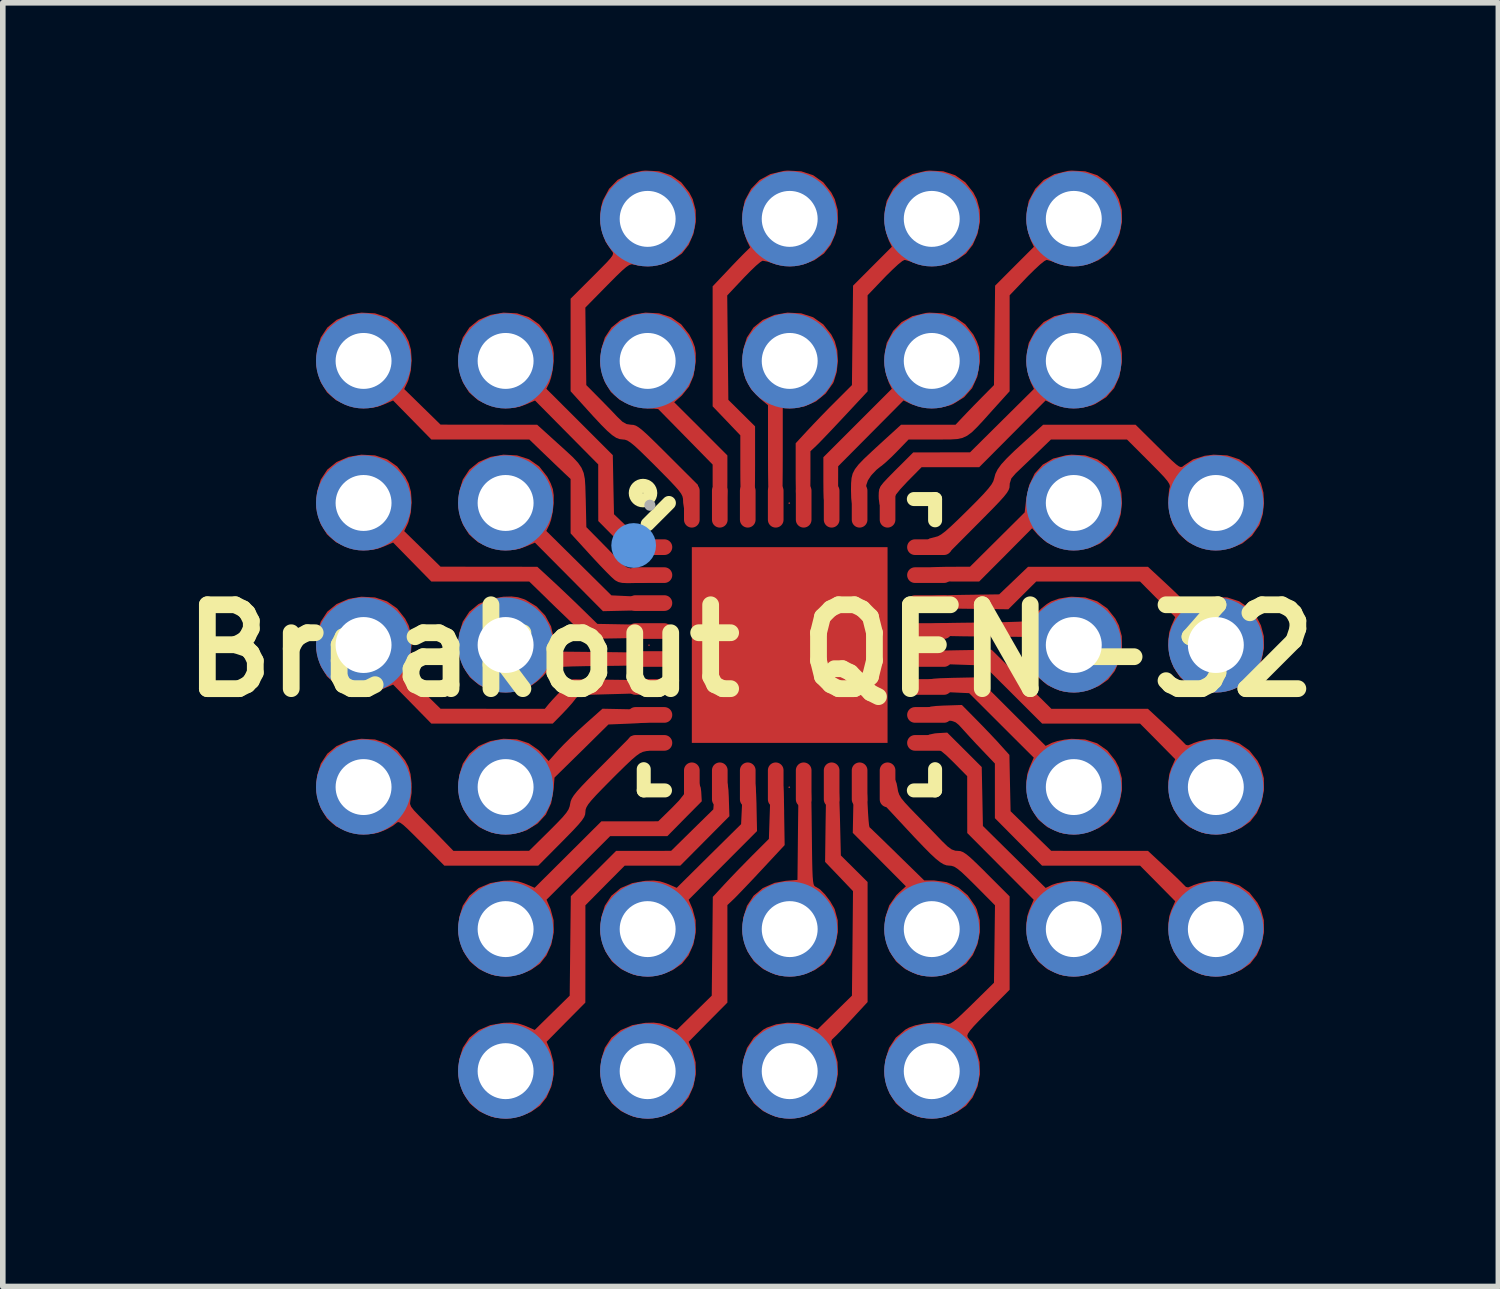
<source format=kicad_pcb>
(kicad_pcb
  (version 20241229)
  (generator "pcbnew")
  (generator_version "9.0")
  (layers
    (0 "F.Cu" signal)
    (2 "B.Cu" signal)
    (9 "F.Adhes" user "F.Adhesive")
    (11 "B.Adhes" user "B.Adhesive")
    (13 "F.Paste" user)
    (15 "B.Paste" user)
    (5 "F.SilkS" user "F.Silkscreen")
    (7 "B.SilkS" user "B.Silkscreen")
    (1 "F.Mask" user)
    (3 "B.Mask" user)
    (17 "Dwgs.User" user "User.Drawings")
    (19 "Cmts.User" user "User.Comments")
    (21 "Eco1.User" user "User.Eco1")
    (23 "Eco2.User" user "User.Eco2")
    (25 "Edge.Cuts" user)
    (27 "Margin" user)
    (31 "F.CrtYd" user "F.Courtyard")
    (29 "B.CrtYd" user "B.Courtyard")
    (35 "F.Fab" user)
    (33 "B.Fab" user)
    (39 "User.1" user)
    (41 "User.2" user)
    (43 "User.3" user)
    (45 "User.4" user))
  (footprint "Breakout QFN-32"
    (layer "F.Cu")
    (at 11.071 8.484)
    (property "Reference" "Breakout QFN-32" (at -0.699 0.102 0) (layer "F.SilkS") (effects (font (size 1.5 1.5) (thickness 0.3))))
    (attr board_only exclude_from_pos_files exclude_from_bom)
    (fp_poly (pts (xy -2.499 -2.537) (xy -2.516 -2.521) (xy -2.532 -2.537) (xy -2.516 -2.554)) (stroke (width 0) (type solid)) (fill yes) (layer "F.Cu"))
    (fp_poly (pts (xy -2.499 0.003) (xy -2.516 0.019) (xy -2.532 0.003) (xy -2.516 -0.014)) (stroke (width 0) (type solid)) (fill yes) (layer "F.Cu"))
    (fp_poly (pts (xy -2.499 2.543) (xy -2.516 2.559) (xy -2.532 2.543) (xy -2.516 2.526)) (stroke (width 0) (type solid)) (fill yes) (layer "F.Cu"))
    (fp_poly (pts (xy 0.008 -2.537) (xy -0.009 -2.521) (xy -0.025 -2.537) (xy -0.009 -2.554)) (stroke (width 0) (type solid)) (fill yes) (layer "F.Cu"))
    (fp_poly (pts (xy 0.008 2.543) (xy -0.009 2.559) (xy -0.025 2.543) (xy -0.009 2.526)) (stroke (width 0) (type solid)) (fill yes) (layer "F.Cu"))
    (fp_poly (pts (xy 2.548 -2.537) (xy 2.531 -2.521) (xy 2.515 -2.537) (xy 2.531 -2.554)) (stroke (width 0) (type solid)) (fill yes) (layer "F.Cu"))
    (fp_poly (pts (xy 2.548 0.003) (xy 2.531 0.019) (xy 2.515 0.003) (xy 2.531 -0.014)) (stroke (width 0) (type solid)) (fill yes) (layer "F.Cu"))
    (fp_poly (pts (xy 2.548 2.543) (xy 2.531 2.559) (xy 2.515 2.543) (xy 2.531 2.526)) (stroke (width 0) (type solid)) (fill yes) (layer "F.Cu"))
    (fp_poly (pts (xy -2.335 -5.931) (xy -2.121 -5.861) (xy -1.94 -5.734) (xy -1.796 -5.552) (xy -1.734 -5.432) (xy -1.695 -5.326) (xy -1.679 -5.218) (xy -1.68 -5.078) (xy -1.682 -5.047) (xy -1.719 -4.812) (xy -1.8 -4.621) (xy -1.928 -4.462) (xy -1.95 -4.442) (xy -2.065 -4.341) (xy -1.589 -3.866) (xy -1.114 -3.39) (xy -1.114 -2.945) (xy -1.116 -2.747) (xy -1.123 -2.604) (xy -1.138 -2.51) (xy -1.163 -2.454) (xy -1.2 -2.428) (xy -1.246 -2.422) (xy -1.315 -2.444) (xy -1.338 -2.461) (xy -1.359 -2.518) (xy -1.372 -2.638) (xy -1.377 -2.819) (xy -1.378 -2.864) (xy -1.378 -3.227) (xy -1.864 -3.723) (xy -2.351 -4.219) (xy -2.583 -4.239) (xy -2.834 -4.288) (xy -3.04 -4.383) (xy -3.199 -4.525) (xy -3.31 -4.712) (xy -3.372 -4.942) (xy -3.383 -5.036) (xy -3.383 -5.036) (xy -3.01 -5.036) (xy -2.953 -4.881) (xy -2.861 -4.763) (xy -2.719 -4.652) (xy -2.576 -4.605) (xy -2.425 -4.622) (xy -2.346 -4.653) (xy -2.204 -4.751) (xy -2.107 -4.882) (xy -2.059 -5.033) (xy -2.063 -5.189) (xy -2.123 -5.336) (xy -2.143 -5.364) (xy -2.276 -5.493) (xy -2.426 -5.563) (xy -2.586 -5.572) (xy -2.746 -5.518) (xy -2.816 -5.472) (xy -2.941 -5.342) (xy -3.006 -5.193) (xy -3.01 -5.036) (xy -3.383 -5.036) (xy -3.372 -5.283) (xy -3.306 -5.498) (xy -3.188 -5.677) (xy -3.022 -5.813) (xy -2.812 -5.904) (xy -2.58 -5.944)) (stroke (width 0) (type solid)) (fill yes) (layer "F.Cu"))
    (fp_poly (pts (xy -0.66 2.415) (xy -0.636 2.438) (xy -0.619 2.481) (xy -0.607 2.553) (xy -0.6 2.666) (xy -0.594 2.831) (xy -0.593 2.889) (xy -0.584 3.327) (xy -1.196 3.941) (xy -1.807 4.555) (xy -1.737 4.719) (xy -1.682 4.921) (xy -1.679 5.139) (xy -1.722 5.355) (xy -1.809 5.551) (xy -1.927 5.699) (xy -2.091 5.813) (xy -2.291 5.89) (xy -2.507 5.924) (xy -2.718 5.912) (xy -2.796 5.893) (xy -3.012 5.797) (xy -3.18 5.656) (xy -3.299 5.471) (xy -3.368 5.244) (xy -3.383 5.124) (xy -3.383 5.124) (xy -3.01 5.124) (xy -2.953 5.279) (xy -2.861 5.397) (xy -2.719 5.508) (xy -2.576 5.555) (xy -2.425 5.538) (xy -2.346 5.507) (xy -2.204 5.409) (xy -2.107 5.278) (xy -2.059 5.127) (xy -2.063 4.971) (xy -2.123 4.824) (xy -2.143 4.796) (xy -2.276 4.667) (xy -2.426 4.597) (xy -2.586 4.588) (xy -2.746 4.642) (xy -2.816 4.688) (xy -2.941 4.818) (xy -3.006 4.967) (xy -3.01 5.124) (xy -3.383 5.124) (xy -3.372 4.877) (xy -3.306 4.662) (xy -3.188 4.483) (xy -3.022 4.346) (xy -2.812 4.256) (xy -2.58 4.216) (xy -2.432 4.212) (xy -2.319 4.226) (xy -2.209 4.261) (xy -2.184 4.271) (xy -2.02 4.342) (xy -1.445 3.772) (xy -0.869 3.203) (xy -0.851 2.827) (xy -0.842 2.658) (xy -0.83 2.543) (xy -0.815 2.471) (xy -0.793 2.43) (xy -0.776 2.415) (xy -0.704 2.396)) (stroke (width 0) (type solid)) (fill yes) (layer "F.Cu"))
    (fp_poly (pts (xy 0.205 -5.931) (xy 0.419 -5.861) (xy 0.6 -5.734) (xy 0.744 -5.552) (xy 0.806 -5.432) (xy 0.851 -5.269) (xy 0.862 -5.077) (xy 0.841 -4.881) (xy 0.788 -4.709) (xy 0.775 -4.681) (xy 0.644 -4.497) (xy 0.47 -4.356) (xy 0.266 -4.267) (xy 0.049 -4.237) (xy -0.124 -4.236) (xy -0.124 -3.368) (xy -0.125 -3.094) (xy -0.127 -2.878) (xy -0.131 -2.713) (xy -0.139 -2.594) (xy -0.152 -2.513) (xy -0.17 -2.462) (xy -0.195 -2.434) (xy -0.228 -2.423) (xy -0.256 -2.422) (xy -0.325 -2.444) (xy -0.348 -2.461) (xy -0.361 -2.495) (xy -0.371 -2.571) (xy -0.379 -2.693) (xy -0.384 -2.867) (xy -0.387 -3.098) (xy -0.388 -3.389) (xy -0.388 -3.394) (xy -0.388 -4.288) (xy -0.537 -4.412) (xy -0.688 -4.57) (xy -0.786 -4.751) (xy -0.836 -4.969) (xy -0.843 -5.036) (xy -0.843 -5.036) (xy -0.47 -5.036) (xy -0.413 -4.881) (xy -0.321 -4.763) (xy -0.179 -4.652) (xy -0.036 -4.605) (xy 0.115 -4.622) (xy 0.194 -4.653) (xy 0.336 -4.751) (xy 0.433 -4.882) (xy 0.481 -5.033) (xy 0.477 -5.189) (xy 0.417 -5.336) (xy 0.397 -5.364) (xy 0.264 -5.493) (xy 0.114 -5.563) (xy -0.046 -5.572) (xy -0.206 -5.518) (xy -0.276 -5.472) (xy -0.401 -5.342) (xy -0.466 -5.193) (xy -0.47 -5.036) (xy -0.843 -5.036) (xy -0.832 -5.283) (xy -0.766 -5.498) (xy -0.648 -5.677) (xy -0.482 -5.813) (xy -0.272 -5.904) (xy -0.04 -5.944)) (stroke (width 0) (type solid)) (fill yes) (layer "F.Cu"))
    (fp_poly (pts (xy 3.963 1.191) (xy 4.577 1.804) (xy 4.692 1.748) (xy 4.786 1.717) (xy 4.915 1.691) (xy 5.04 1.677) (xy 5.284 1.689) (xy 5.498 1.758) (xy 5.679 1.885) (xy 5.824 2.067) (xy 5.886 2.188) (xy 5.939 2.382) (xy 5.942 2.595) (xy 5.899 2.809) (xy 5.814 3.004) (xy 5.693 3.159) (xy 5.529 3.273) (xy 5.329 3.35) (xy 5.113 3.384) (xy 4.902 3.372) (xy 4.824 3.353) (xy 4.608 3.257) (xy 4.441 3.117) (xy 4.322 2.932) (xy 4.253 2.705) (xy 4.239 2.584) (xy 4.61 2.584) (xy 4.667 2.739) (xy 4.759 2.857) (xy 4.901 2.968) (xy 5.044 3.015) (xy 5.195 2.998) (xy 5.274 2.967) (xy 5.416 2.869) (xy 5.513 2.738) (xy 5.561 2.587) (xy 5.557 2.431) (xy 5.497 2.284) (xy 5.477 2.256) (xy 5.344 2.127) (xy 5.194 2.057) (xy 5.034 2.048) (xy 4.874 2.102) (xy 4.804 2.148) (xy 4.679 2.278) (xy 4.614 2.427) (xy 4.61 2.584) (xy 4.239 2.584) (xy 4.238 2.575) (xy 4.234 2.427) (xy 4.247 2.313) (xy 4.283 2.203) (xy 4.293 2.178) (xy 4.364 2.014) (xy 3.786 1.437) (xy 3.209 0.861) (xy 2.841 0.844) (xy 2.674 0.835) (xy 2.561 0.824) (xy 2.49 0.808) (xy 2.45 0.787) (xy 2.436 0.77) (xy 2.417 0.699) (xy 2.436 0.654) (xy 2.46 0.63) (xy 2.502 0.613) (xy 2.574 0.602) (xy 2.688 0.594) (xy 2.853 0.589) (xy 2.911 0.587) (xy 3.349 0.578)) (stroke (width 0) (type solid)) (fill yes) (layer "F.Cu"))
    (fp_poly (pts (xy -1.629 2.448) (xy -1.591 2.551) (xy -1.582 2.622) (xy -1.572 2.794) (xy -1.88 3.105) (xy -2.187 3.417) (xy -2.699 3.417) (xy -3.21 3.417) (xy -3.779 3.986) (xy -4.348 4.554) (xy -4.277 4.718) (xy -4.222 4.921) (xy -4.218 5.139) (xy -4.262 5.355) (xy -4.349 5.55) (xy -4.467 5.699) (xy -4.631 5.813) (xy -4.831 5.89) (xy -5.047 5.924) (xy -5.258 5.912) (xy -5.336 5.893) (xy -5.552 5.797) (xy -5.72 5.656) (xy -5.839 5.471) (xy -5.908 5.244) (xy -5.923 5.124) (xy -5.923 5.124) (xy -5.55 5.124) (xy -5.493 5.279) (xy -5.401 5.397) (xy -5.259 5.508) (xy -5.116 5.555) (xy -4.965 5.538) (xy -4.886 5.507) (xy -4.744 5.409) (xy -4.647 5.278) (xy -4.599 5.127) (xy -4.603 4.971) (xy -4.663 4.824) (xy -4.683 4.796) (xy -4.816 4.667) (xy -4.966 4.597) (xy -5.126 4.588) (xy -5.286 4.642) (xy -5.356 4.688) (xy -5.481 4.818) (xy -5.546 4.967) (xy -5.55 5.124) (xy -5.923 5.124) (xy -5.912 4.877) (xy -5.846 4.662) (xy -5.728 4.483) (xy -5.562 4.346) (xy -5.352 4.256) (xy -5.12 4.216) (xy -4.972 4.212) (xy -4.858 4.226) (xy -4.749 4.261) (xy -4.724 4.271) (xy -4.561 4.341) (xy -3.964 3.747) (xy -3.368 3.153) (xy -2.859 3.153) (xy -2.351 3.152) (xy -2.11 2.916) (xy -1.98 2.782) (xy -1.896 2.676) (xy -1.852 2.591) (xy -1.845 2.565) (xy -1.804 2.452) (xy -1.746 2.396) (xy -1.684 2.396)) (stroke (width 0) (type solid)) (fill yes) (layer "F.Cu"))
    (fp_poly (pts (xy 2.745 -5.931) (xy 2.959 -5.861) (xy 3.14 -5.734) (xy 3.284 -5.552) (xy 3.346 -5.432) (xy 3.385 -5.326) (xy 3.401 -5.218) (xy 3.4 -5.078) (xy 3.398 -5.047) (xy 3.355 -4.799) (xy 3.262 -4.593) (xy 3.118 -4.43) (xy 2.923 -4.309) (xy 2.865 -4.285) (xy 2.707 -4.249) (xy 2.52 -4.242) (xy 2.331 -4.262) (xy 2.17 -4.308) (xy 2.151 -4.317) (xy 2.035 -4.373) (xy 1.451 -3.785) (xy 0.867 -3.197) (xy 0.866 -2.849) (xy 0.863 -2.67) (xy 0.851 -2.548) (xy 0.828 -2.472) (xy 0.791 -2.433) (xy 0.737 -2.422) (xy 0.734 -2.422) (xy 0.664 -2.444) (xy 0.641 -2.461) (xy 0.622 -2.514) (xy 0.609 -2.629) (xy 0.603 -2.806) (xy 0.602 -2.929) (xy 0.602 -3.358) (xy 1.214 -3.97) (xy 1.826 -4.582) (xy 1.77 -4.698) (xy 1.721 -4.852) (xy 1.697 -5.036) (xy 2.07 -5.036) (xy 2.127 -4.881) (xy 2.219 -4.763) (xy 2.361 -4.652) (xy 2.504 -4.605) (xy 2.655 -4.622) (xy 2.734 -4.653) (xy 2.876 -4.751) (xy 2.973 -4.882) (xy 3.021 -5.033) (xy 3.017 -5.189) (xy 2.957 -5.336) (xy 2.937 -5.364) (xy 2.804 -5.493) (xy 2.654 -5.563) (xy 2.494 -5.572) (xy 2.334 -5.518) (xy 2.264 -5.472) (xy 2.139 -5.342) (xy 2.074 -5.193) (xy 2.07 -5.036) (xy 1.697 -5.036) (xy 1.697 -5.038) (xy 1.701 -5.227) (xy 1.732 -5.39) (xy 1.739 -5.411) (xy 1.85 -5.618) (xy 2.002 -5.776) (xy 2.197 -5.882) (xy 2.434 -5.938) (xy 2.5 -5.944)) (stroke (width 0) (type solid)) (fill yes) (layer "F.Cu"))
    (fp_poly (pts (xy 5.285 -3.391) (xy 5.499 -3.321) (xy 5.68 -3.194) (xy 5.824 -3.012) (xy 5.886 -2.892) (xy 5.931 -2.728) (xy 5.942 -2.535) (xy 5.92 -2.338) (xy 5.866 -2.164) (xy 5.854 -2.138) (xy 5.724 -1.952) (xy 5.552 -1.815) (xy 5.345 -1.73) (xy 5.11 -1.7) (xy 5.03 -1.703) (xy 4.792 -1.745) (xy 4.596 -1.834) (xy 4.436 -1.972) (xy 4.335 -2.088) (xy 3.862 -1.611) (xy 3.388 -1.135) (xy 2.942 -1.135) (xy 2.726 -1.138) (xy 2.574 -1.147) (xy 2.483 -1.161) (xy 2.456 -1.175) (xy 2.42 -1.24) (xy 2.416 -1.267) (xy 2.426 -1.321) (xy 2.461 -1.359) (xy 2.531 -1.382) (xy 2.646 -1.395) (xy 2.816 -1.399) (xy 2.86 -1.399) (xy 3.224 -1.4) (xy 3.713 -1.886) (xy 4.202 -2.372) (xy 4.215 -2.488) (xy 4.618 -2.488) (xy 4.622 -2.413) (xy 4.65 -2.351) (xy 4.715 -2.27) (xy 4.8 -2.186) (xy 4.887 -2.118) (xy 4.959 -2.083) (xy 4.962 -2.082) (xy 5.082 -2.066) (xy 5.173 -2.074) (xy 5.269 -2.11) (xy 5.274 -2.113) (xy 5.415 -2.211) (xy 5.511 -2.343) (xy 5.559 -2.494) (xy 5.555 -2.65) (xy 5.495 -2.798) (xy 5.475 -2.827) (xy 5.341 -2.957) (xy 5.192 -3.026) (xy 5.035 -3.033) (xy 4.879 -2.977) (xy 4.755 -2.88) (xy 4.681 -2.797) (xy 4.637 -2.718) (xy 4.618 -2.621) (xy 4.618 -2.488) (xy 4.215 -2.488) (xy 4.228 -2.604) (xy 4.282 -2.86) (xy 4.38 -3.066) (xy 4.523 -3.224) (xy 4.71 -3.334) (xy 4.942 -3.394) (xy 5.04 -3.404)) (stroke (width 0) (type solid)) (fill yes) (layer "F.Cu"))
    (fp_poly (pts (xy -4.875 -5.931) (xy -4.661 -5.861) (xy -4.48 -5.734) (xy -4.336 -5.552) (xy -4.274 -5.432) (xy -4.235 -5.327) (xy -4.219 -5.22) (xy -4.22 -5.084) (xy -4.222 -5.047) (xy -4.239 -4.91) (xy -4.266 -4.782) (xy -4.294 -4.698) (xy -4.351 -4.582) (xy -3.757 -3.989) (xy -3.163 -3.395) (xy -3.153 -2.867) (xy -3.142 -2.339) (xy -2.901 -2.108) (xy -2.746 -1.971) (xy -2.627 -1.888) (xy -2.558 -1.861) (xy -2.461 -1.825) (xy -2.408 -1.763) (xy -2.411 -1.689) (xy -2.42 -1.671) (xy -2.474 -1.63) (xy -2.578 -1.608) (xy -2.632 -1.603) (xy -2.807 -1.593) (xy -3.115 -1.905) (xy -3.423 -2.217) (xy -3.424 -2.723) (xy -3.424 -3.23) (xy -3.989 -3.801) (xy -4.554 -4.372) (xy -4.721 -4.3) (xy -4.834 -4.259) (xy -4.944 -4.241) (xy -5.08 -4.241) (xy -5.12 -4.243) (xy -5.369 -4.286) (xy -5.574 -4.378) (xy -5.734 -4.518) (xy -5.847 -4.704) (xy -5.911 -4.933) (xy -5.923 -5.036) (xy -5.923 -5.036) (xy -5.55 -5.036) (xy -5.493 -4.881) (xy -5.401 -4.763) (xy -5.259 -4.652) (xy -5.116 -4.605) (xy -4.965 -4.622) (xy -4.886 -4.653) (xy -4.744 -4.751) (xy -4.647 -4.882) (xy -4.599 -5.033) (xy -4.603 -5.189) (xy -4.663 -5.336) (xy -4.683 -5.364) (xy -4.816 -5.493) (xy -4.966 -5.563) (xy -5.126 -5.572) (xy -5.286 -5.518) (xy -5.356 -5.472) (xy -5.481 -5.342) (xy -5.546 -5.193) (xy -5.55 -5.036) (xy -5.923 -5.036) (xy -5.912 -5.283) (xy -5.846 -5.498) (xy -5.728 -5.677) (xy -5.562 -5.814) (xy -5.352 -5.904) (xy -5.12 -5.944)) (stroke (width 0) (type solid)) (fill yes) (layer "F.Cu"))
    (fp_poly (pts (xy 3.126 1.874) (xy 3.434 2.182) (xy 3.445 2.709) (xy 3.455 3.236) (xy 4.016 3.79) (xy 4.577 4.344) (xy 4.692 4.288) (xy 4.786 4.257) (xy 4.915 4.231) (xy 5.04 4.217) (xy 5.284 4.229) (xy 5.498 4.298) (xy 5.679 4.425) (xy 5.824 4.607) (xy 5.886 4.728) (xy 5.939 4.922) (xy 5.942 5.135) (xy 5.899 5.349) (xy 5.814 5.544) (xy 5.693 5.699) (xy 5.529 5.813) (xy 5.329 5.89) (xy 5.113 5.924) (xy 4.902 5.912) (xy 4.824 5.893) (xy 4.608 5.797) (xy 4.441 5.657) (xy 4.322 5.472) (xy 4.253 5.245) (xy 4.239 5.124) (xy 4.61 5.124) (xy 4.667 5.279) (xy 4.759 5.397) (xy 4.901 5.508) (xy 5.044 5.555) (xy 5.195 5.538) (xy 5.274 5.507) (xy 5.416 5.409) (xy 5.513 5.278) (xy 5.561 5.127) (xy 5.557 4.971) (xy 5.497 4.824) (xy 5.477 4.796) (xy 5.344 4.667) (xy 5.194 4.597) (xy 5.034 4.588) (xy 4.874 4.642) (xy 4.804 4.688) (xy 4.679 4.818) (xy 4.614 4.967) (xy 4.61 5.124) (xy 4.239 5.124) (xy 4.238 5.115) (xy 4.234 4.966) (xy 4.247 4.852) (xy 4.283 4.742) (xy 4.293 4.719) (xy 4.363 4.555) (xy 3.769 3.959) (xy 3.175 3.362) (xy 3.174 2.854) (xy 3.174 2.345) (xy 2.93 2.098) (xy 2.798 1.97) (xy 2.697 1.887) (xy 2.617 1.844) (xy 2.579 1.834) (xy 2.479 1.799) (xy 2.425 1.738) (xy 2.425 1.665) (xy 2.436 1.644) (xy 2.491 1.602) (xy 2.597 1.58) (xy 2.645 1.576) (xy 2.817 1.566)) (stroke (width 0) (type solid)) (fill yes) (layer "F.Cu"))
    (fp_poly (pts (xy -2.903 1.148) (xy -2.719 1.153) (xy -2.591 1.16) (xy -2.506 1.17) (xy -2.455 1.185) (xy -2.427 1.206) (xy -2.42 1.215) (xy -2.402 1.286) (xy -2.42 1.331) (xy -2.446 1.356) (xy -2.495 1.375) (xy -2.577 1.388) (xy -2.705 1.398) (xy -2.849 1.405) (xy -3.241 1.421) (xy -3.456 1.633) (xy -3.575 1.751) (xy -3.719 1.893) (xy -3.865 2.036) (xy -3.938 2.108) (xy -4.206 2.371) (xy -4.222 2.589) (xy -4.266 2.831) (xy -4.36 3.032) (xy -4.507 3.192) (xy -4.706 3.314) (xy -4.709 3.315) (xy -4.855 3.359) (xy -5.032 3.38) (xy -5.209 3.377) (xy -5.336 3.353) (xy -5.552 3.257) (xy -5.72 3.116) (xy -5.839 2.931) (xy -5.908 2.704) (xy -5.923 2.584) (xy -5.923 2.584) (xy -5.55 2.584) (xy -5.493 2.739) (xy -5.401 2.857) (xy -5.259 2.968) (xy -5.116 3.015) (xy -4.965 2.998) (xy -4.886 2.967) (xy -4.744 2.869) (xy -4.647 2.738) (xy -4.599 2.587) (xy -4.603 2.431) (xy -4.663 2.284) (xy -4.683 2.256) (xy -4.816 2.127) (xy -4.966 2.057) (xy -5.126 2.048) (xy -5.286 2.102) (xy -5.356 2.148) (xy -5.481 2.278) (xy -5.546 2.427) (xy -5.55 2.584) (xy -5.923 2.584) (xy -5.912 2.337) (xy -5.846 2.122) (xy -5.728 1.943) (xy -5.562 1.806) (xy -5.352 1.716) (xy -5.12 1.676) (xy -4.877 1.687) (xy -4.666 1.756) (xy -4.486 1.882) (xy -4.429 1.942) (xy -4.311 2.075) (xy -4.141 1.884) (xy -4.045 1.783) (xy -3.918 1.657) (xy -3.776 1.522) (xy -3.659 1.416) (xy -3.348 1.139)) (stroke (width 0) (type solid)) (fill yes) (layer "F.Cu"))
    (fp_poly (pts (xy 1.319 2.415) (xy 1.345 2.44) (xy 1.363 2.488) (xy 1.376 2.57) (xy 1.386 2.696) (xy 1.393 2.849) (xy 1.401 3.003) (xy 1.41 3.132) (xy 1.419 3.221) (xy 1.427 3.258) (xy 1.427 3.258) (xy 1.455 3.283) (xy 1.522 3.348) (xy 1.622 3.444) (xy 1.747 3.566) (xy 1.89 3.705) (xy 1.924 3.739) (xy 2.405 4.209) (xy 2.583 4.209) (xy 2.809 4.241) (xy 3.012 4.331) (xy 3.184 4.476) (xy 3.319 4.67) (xy 3.347 4.729) (xy 3.399 4.922) (xy 3.402 5.135) (xy 3.359 5.349) (xy 3.274 5.544) (xy 3.153 5.699) (xy 2.989 5.813) (xy 2.789 5.89) (xy 2.573 5.924) (xy 2.362 5.912) (xy 2.284 5.893) (xy 2.068 5.797) (xy 1.901 5.657) (xy 1.782 5.472) (xy 1.713 5.245) (xy 1.699 5.124) (xy 2.07 5.124) (xy 2.127 5.279) (xy 2.219 5.397) (xy 2.361 5.508) (xy 2.504 5.555) (xy 2.655 5.538) (xy 2.734 5.507) (xy 2.876 5.409) (xy 2.973 5.278) (xy 3.021 5.127) (xy 3.017 4.971) (xy 2.957 4.824) (xy 2.937 4.796) (xy 2.804 4.667) (xy 2.654 4.597) (xy 2.494 4.588) (xy 2.334 4.642) (xy 2.264 4.688) (xy 2.139 4.818) (xy 2.074 4.967) (xy 2.07 5.124) (xy 1.699 5.124) (xy 1.698 5.115) (xy 1.71 4.87) (xy 1.779 4.656) (xy 1.906 4.474) (xy 1.954 4.427) (xy 2.078 4.315) (xy 1.603 3.837) (xy 1.128 3.359) (xy 1.137 2.905) (xy 1.142 2.72) (xy 1.148 2.59) (xy 1.158 2.504) (xy 1.172 2.452) (xy 1.193 2.422) (xy 1.204 2.415) (xy 1.275 2.396)) (stroke (width 0) (type solid)) (fill yes) (layer "F.Cu"))
    (fp_poly (pts (xy -4.875 -3.391) (xy -4.661 -3.321) (xy -4.48 -3.194) (xy -4.336 -3.012) (xy -4.274 -2.892) (xy -4.235 -2.787) (xy -4.219 -2.68) (xy -4.22 -2.544) (xy -4.222 -2.507) (xy -4.239 -2.369) (xy -4.266 -2.241) (xy -4.295 -2.157) (xy -4.352 -2.04) (xy -3.77 -1.464) (xy -3.188 -0.888) (xy -2.822 -0.871) (xy -2.656 -0.862) (xy -2.543 -0.851) (xy -2.473 -0.835) (xy -2.434 -0.813) (xy -2.42 -0.797) (xy -2.402 -0.726) (xy -2.42 -0.682) (xy -2.444 -0.658) (xy -2.486 -0.641) (xy -2.558 -0.629) (xy -2.671 -0.621) (xy -2.835 -0.616) (xy -2.898 -0.615) (xy -3.339 -0.605) (xy -3.947 -1.218) (xy -4.556 -1.831) (xy -4.722 -1.76) (xy -4.835 -1.719) (xy -4.945 -1.701) (xy -5.082 -1.701) (xy -5.12 -1.703) (xy -5.369 -1.746) (xy -5.574 -1.838) (xy -5.734 -1.978) (xy -5.847 -2.164) (xy -5.911 -2.394) (xy -5.922 -2.488) (xy -5.542 -2.488) (xy -5.538 -2.413) (xy -5.51 -2.351) (xy -5.445 -2.27) (xy -5.36 -2.186) (xy -5.273 -2.118) (xy -5.201 -2.083) (xy -5.198 -2.082) (xy -5.078 -2.066) (xy -4.987 -2.074) (xy -4.891 -2.11) (xy -4.886 -2.113) (xy -4.745 -2.211) (xy -4.649 -2.343) (xy -4.601 -2.494) (xy -4.605 -2.65) (xy -4.665 -2.798) (xy -4.685 -2.827) (xy -4.819 -2.957) (xy -4.968 -3.026) (xy -5.125 -3.033) (xy -5.281 -2.977) (xy -5.405 -2.88) (xy -5.479 -2.797) (xy -5.523 -2.718) (xy -5.542 -2.621) (xy -5.542 -2.488) (xy -5.922 -2.488) (xy -5.923 -2.496) (xy -5.912 -2.743) (xy -5.846 -2.958) (xy -5.728 -3.137) (xy -5.562 -3.273) (xy -5.352 -3.364) (xy -5.12 -3.404)) (stroke (width 0) (type solid)) (fill yes) (layer "F.Cu"))
    (fp_poly (pts (xy 5.285 -0.851) (xy 5.499 -0.781) (xy 5.68 -0.654) (xy 5.824 -0.472) (xy 5.886 -0.352) (xy 5.939 -0.158) (xy 5.942 0.055) (xy 5.899 0.269) (xy 5.814 0.464) (xy 5.693 0.619) (xy 5.529 0.733) (xy 5.329 0.81) (xy 5.113 0.844) (xy 4.902 0.832) (xy 4.824 0.813) (xy 4.609 0.717) (xy 4.44 0.574) (xy 4.32 0.389) (xy 4.251 0.163) (xy 4.238 0.063) (xy 4.236 0.044) (xy 4.61 0.044) (xy 4.667 0.199) (xy 4.759 0.317) (xy 4.901 0.428) (xy 5.044 0.475) (xy 5.195 0.458) (xy 5.274 0.427) (xy 5.416 0.329) (xy 5.513 0.198) (xy 5.561 0.047) (xy 5.557 -0.109) (xy 5.497 -0.256) (xy 5.477 -0.284) (xy 5.344 -0.413) (xy 5.194 -0.483) (xy 5.034 -0.492) (xy 4.874 -0.438) (xy 4.804 -0.392) (xy 4.679 -0.262) (xy 4.614 -0.113) (xy 4.61 0.044) (xy 4.236 0.044) (xy 4.221 -0.145) (xy 3.347 -0.153) (xy 3.082 -0.156) (xy 2.876 -0.16) (xy 2.72 -0.164) (xy 2.607 -0.17) (xy 2.53 -0.178) (xy 2.481 -0.188) (xy 2.452 -0.202) (xy 2.436 -0.22) (xy 2.436 -0.22) (xy 2.417 -0.291) (xy 2.436 -0.335) (xy 2.452 -0.352) (xy 2.48 -0.366) (xy 2.527 -0.376) (xy 2.602 -0.384) (xy 2.711 -0.39) (xy 2.862 -0.395) (xy 3.062 -0.398) (xy 3.319 -0.401) (xy 3.401 -0.402) (xy 3.672 -0.405) (xy 3.903 -0.411) (xy 4.09 -0.417) (xy 4.227 -0.425) (xy 4.308 -0.434) (xy 4.329 -0.442) (xy 4.354 -0.497) (xy 4.417 -0.574) (xy 4.504 -0.658) (xy 4.599 -0.734) (xy 4.672 -0.779) (xy 4.814 -0.83) (xy 4.996 -0.86) (xy 5.04 -0.864)) (stroke (width 0) (type solid)) (fill yes) (layer "F.Cu"))
    (fp_poly (pts (xy -4.861 -0.855) (xy -4.751 -0.82) (xy -4.719 -0.806) (xy -4.526 -0.689) (xy -4.372 -0.528) (xy -4.267 -0.334) (xy -4.218 -0.118) (xy -4.215 -0.055) (xy -4.214 0.117) (xy -3.336 0.126) (xy -3.07 0.129) (xy -2.863 0.132) (xy -2.707 0.137) (xy -2.593 0.143) (xy -2.516 0.15) (xy -2.466 0.161) (xy -2.437 0.175) (xy -2.421 0.192) (xy -2.42 0.193) (xy -2.402 0.263) (xy -2.42 0.308) (xy -2.436 0.325) (xy -2.464 0.339) (xy -2.512 0.349) (xy -2.586 0.357) (xy -2.695 0.363) (xy -2.846 0.367) (xy -3.046 0.371) (xy -3.303 0.374) (xy -3.385 0.374) (xy -3.656 0.378) (xy -3.888 0.383) (xy -4.075 0.39) (xy -4.212 0.398) (xy -4.293 0.407) (xy -4.313 0.415) (xy -4.339 0.473) (xy -4.406 0.552) (xy -4.499 0.637) (xy -4.602 0.715) (xy -4.693 0.766) (xy -4.86 0.819) (xy -5.054 0.842) (xy -5.243 0.833) (xy -5.336 0.813) (xy -5.552 0.717) (xy -5.72 0.576) (xy -5.839 0.391) (xy -5.908 0.164) (xy -5.923 0.044) (xy -5.923 0.044) (xy -5.55 0.044) (xy -5.493 0.199) (xy -5.401 0.317) (xy -5.259 0.428) (xy -5.116 0.475) (xy -4.965 0.458) (xy -4.886 0.427) (xy -4.744 0.329) (xy -4.647 0.198) (xy -4.599 0.047) (xy -4.603 -0.109) (xy -4.663 -0.256) (xy -4.683 -0.284) (xy -4.816 -0.413) (xy -4.966 -0.483) (xy -5.126 -0.492) (xy -5.286 -0.438) (xy -5.356 -0.392) (xy -5.481 -0.262) (xy -5.546 -0.113) (xy -5.55 0.044) (xy -5.923 0.044) (xy -5.912 -0.203) (xy -5.846 -0.418) (xy -5.728 -0.597) (xy -5.562 -0.734) (xy -5.352 -0.824) (xy -5.12 -0.864) (xy -4.974 -0.868)) (stroke (width 0) (type solid)) (fill yes) (layer "F.Cu"))
    (fp_poly (pts (xy 0.33 2.415) (xy 0.347 2.43) (xy 0.36 2.458) (xy 0.371 2.506) (xy 0.379 2.581) (xy 0.384 2.69) (xy 0.389 2.841) (xy 0.392 3.041) (xy 0.395 3.298) (xy 0.396 3.377) (xy 0.399 3.649) (xy 0.402 3.862) (xy 0.406 4.024) (xy 0.411 4.142) (xy 0.418 4.223) (xy 0.427 4.275) (xy 0.439 4.304) (xy 0.455 4.319) (xy 0.466 4.323) (xy 0.543 4.371) (xy 0.633 4.462) (xy 0.722 4.578) (xy 0.795 4.703) (xy 0.806 4.728) (xy 0.859 4.922) (xy 0.862 5.135) (xy 0.819 5.349) (xy 0.734 5.544) (xy 0.613 5.699) (xy 0.449 5.813) (xy 0.249 5.89) (xy 0.033 5.924) (xy -0.178 5.912) (xy -0.256 5.893) (xy -0.472 5.797) (xy -0.64 5.656) (xy -0.759 5.471) (xy -0.828 5.244) (xy -0.843 5.124) (xy -0.843 5.124) (xy -0.47 5.124) (xy -0.413 5.279) (xy -0.321 5.397) (xy -0.179 5.508) (xy -0.036 5.555) (xy 0.115 5.538) (xy 0.194 5.507) (xy 0.336 5.409) (xy 0.433 5.278) (xy 0.481 5.127) (xy 0.477 4.971) (xy 0.417 4.824) (xy 0.397 4.796) (xy 0.264 4.667) (xy 0.114 4.597) (xy -0.046 4.588) (xy -0.206 4.642) (xy -0.276 4.688) (xy -0.401 4.818) (xy -0.466 4.967) (xy -0.47 5.124) (xy -0.843 5.124) (xy -0.832 4.878) (xy -0.764 4.663) (xy -0.646 4.483) (xy -0.48 4.345) (xy -0.272 4.253) (xy -0.068 4.216) (xy 0.139 4.2) (xy 0.148 3.325) (xy 0.151 3.061) (xy 0.154 2.854) (xy 0.158 2.698) (xy 0.164 2.586) (xy 0.172 2.509) (xy 0.183 2.46) (xy 0.196 2.431) (xy 0.214 2.415) (xy 0.214 2.415) (xy 0.285 2.396)) (stroke (width 0) (type solid)) (fill yes) (layer "F.Cu"))
    (fp_poly (pts (xy -1.165 2.409) (xy -1.155 2.415) (xy -1.126 2.445) (xy -1.107 2.5) (xy -1.095 2.594) (xy -1.088 2.739) (xy -1.088 2.756) (xy -1.078 3.061) (xy -1.517 3.503) (xy -1.956 3.945) (xy -2.453 3.945) (xy -2.95 3.945) (xy -3.302 4.299) (xy -3.653 4.654) (xy -3.653 5.524) (xy -3.654 6.394) (xy -4.001 6.744) (xy -4.347 7.095) (xy -4.277 7.259) (xy -4.222 7.461) (xy -4.218 7.679) (xy -4.262 7.895) (xy -4.349 8.09) (xy -4.467 8.239) (xy -4.631 8.353) (xy -4.831 8.43) (xy -5.047 8.464) (xy -5.258 8.452) (xy -5.336 8.433) (xy -5.552 8.337) (xy -5.72 8.196) (xy -5.839 8.011) (xy -5.908 7.784) (xy -5.923 7.664) (xy -5.923 7.664) (xy -5.55 7.664) (xy -5.493 7.819) (xy -5.401 7.937) (xy -5.259 8.048) (xy -5.116 8.095) (xy -4.965 8.078) (xy -4.886 8.047) (xy -4.744 7.949) (xy -4.647 7.818) (xy -4.599 7.667) (xy -4.603 7.511) (xy -4.663 7.364) (xy -4.683 7.336) (xy -4.816 7.207) (xy -4.966 7.137) (xy -5.126 7.128) (xy -5.286 7.182) (xy -5.356 7.228) (xy -5.481 7.358) (xy -5.546 7.507) (xy -5.55 7.664) (xy -5.923 7.664) (xy -5.912 7.417) (xy -5.846 7.202) (xy -5.728 7.023) (xy -5.562 6.886) (xy -5.352 6.796) (xy -5.12 6.756) (xy -4.973 6.752) (xy -4.859 6.766) (xy -4.75 6.801) (xy -4.723 6.812) (xy -4.559 6.883) (xy -4.246 6.576) (xy -3.934 6.27) (xy -3.924 5.381) (xy -3.914 4.492) (xy -3.509 4.086) (xy -3.104 3.681) (xy -2.612 3.681) (xy -2.12 3.68) (xy -1.743 3.309) (xy -1.366 2.939) (xy -1.347 2.695) (xy -1.325 2.532) (xy -1.289 2.432) (xy -1.236 2.391)) (stroke (width 0) (type solid)) (fill yes) (layer "F.Cu"))
    (fp_poly (pts (xy 5.285 -5.931) (xy 5.499 -5.861) (xy 5.68 -5.734) (xy 5.824 -5.552) (xy 5.886 -5.432) (xy 5.925 -5.326) (xy 5.941 -5.218) (xy 5.94 -5.078) (xy 5.938 -5.047) (xy 5.895 -4.799) (xy 5.802 -4.593) (xy 5.658 -4.43) (xy 5.463 -4.309) (xy 5.405 -4.285) (xy 5.247 -4.249) (xy 5.06 -4.242) (xy 4.872 -4.262) (xy 4.711 -4.308) (xy 4.692 -4.316) (xy 4.576 -4.373) (xy 3.982 -3.776) (xy 3.389 -3.18) (xy 2.874 -3.18) (xy 2.359 -3.18) (xy 2.107 -2.925) (xy 1.98 -2.789) (xy 1.9 -2.689) (xy 1.861 -2.616) (xy 1.856 -2.585) (xy 1.832 -2.487) (xy 1.769 -2.431) (xy 1.723 -2.422) (xy 1.654 -2.444) (xy 1.631 -2.461) (xy 1.608 -2.516) (xy 1.593 -2.609) (xy 1.591 -2.664) (xy 1.593 -2.731) (xy 1.602 -2.786) (xy 1.626 -2.839) (xy 1.673 -2.901) (xy 1.751 -2.985) (xy 1.865 -3.101) (xy 1.9 -3.136) (xy 2.209 -3.444) (xy 2.716 -3.445) (xy 3.224 -3.445) (xy 3.796 -4.013) (xy 4.368 -4.58) (xy 4.311 -4.697) (xy 4.261 -4.851) (xy 4.237 -5.036) (xy 4.61 -5.036) (xy 4.667 -4.881) (xy 4.759 -4.763) (xy 4.901 -4.652) (xy 5.044 -4.605) (xy 5.195 -4.622) (xy 5.274 -4.653) (xy 5.416 -4.751) (xy 5.513 -4.882) (xy 5.561 -5.033) (xy 5.557 -5.189) (xy 5.497 -5.336) (xy 5.477 -5.364) (xy 5.344 -5.493) (xy 5.194 -5.563) (xy 5.034 -5.572) (xy 4.874 -5.518) (xy 4.804 -5.472) (xy 4.679 -5.342) (xy 4.614 -5.193) (xy 4.61 -5.036) (xy 4.237 -5.036) (xy 4.237 -5.038) (xy 4.241 -5.227) (xy 4.272 -5.391) (xy 4.279 -5.411) (xy 4.39 -5.618) (xy 4.542 -5.776) (xy 4.737 -5.882) (xy 4.974 -5.938) (xy 5.04 -5.944)) (stroke (width 0) (type solid)) (fill yes) (layer "F.Cu"))
    (fp_poly (pts (xy 4.145 0.612) (xy 4.68 1.141) (xy 5.543 1.141) (xy 6.406 1.141) (xy 6.695 1.409) (xy 6.815 1.521) (xy 6.921 1.622) (xy 7.002 1.701) (xy 7.044 1.744) (xy 7.085 1.785) (xy 7.124 1.794) (xy 7.185 1.771) (xy 7.225 1.752) (xy 7.323 1.719) (xy 7.456 1.691) (xy 7.58 1.677) (xy 7.824 1.689) (xy 8.038 1.758) (xy 8.219 1.885) (xy 8.364 2.067) (xy 8.426 2.188) (xy 8.479 2.382) (xy 8.482 2.595) (xy 8.439 2.809) (xy 8.354 3.004) (xy 8.233 3.159) (xy 8.069 3.273) (xy 7.869 3.35) (xy 7.653 3.384) (xy 7.442 3.372) (xy 7.364 3.353) (xy 7.148 3.257) (xy 6.981 3.117) (xy 6.862 2.932) (xy 6.793 2.705) (xy 6.779 2.584) (xy 7.15 2.584) (xy 7.207 2.739) (xy 7.299 2.857) (xy 7.441 2.968) (xy 7.584 3.015) (xy 7.735 2.998) (xy 7.814 2.967) (xy 7.956 2.869) (xy 8.053 2.738) (xy 8.101 2.587) (xy 8.097 2.431) (xy 8.037 2.284) (xy 8.017 2.256) (xy 7.884 2.127) (xy 7.734 2.057) (xy 7.574 2.048) (xy 7.414 2.102) (xy 7.344 2.148) (xy 7.219 2.278) (xy 7.154 2.427) (xy 7.15 2.584) (xy 6.779 2.584) (xy 6.777 2.573) (xy 6.773 2.424) (xy 6.787 2.311) (xy 6.821 2.207) (xy 6.828 2.191) (xy 6.894 2.042) (xy 6.58 1.723) (xy 6.265 1.405) (xy 5.389 1.405) (xy 4.514 1.405) (xy 3.993 0.885) (xy 3.473 0.366) (xy 2.973 0.349) (xy 2.777 0.342) (xy 2.637 0.334) (xy 2.542 0.323) (xy 2.483 0.31) (xy 2.45 0.291) (xy 2.436 0.275) (xy 2.417 0.204) (xy 2.436 0.16) (xy 2.456 0.138) (xy 2.493 0.122) (xy 2.554 0.111) (xy 2.651 0.103) (xy 2.792 0.098) (xy 2.988 0.094) (xy 3.041 0.093) (xy 3.61 0.084)) (stroke (width 0) (type solid)) (fill yes) (layer "F.Cu"))
    (fp_poly (pts (xy -0.165 2.415) (xy -0.144 2.435) (xy -0.128 2.471) (xy -0.117 2.533) (xy -0.109 2.631) (xy -0.103 2.773) (xy -0.099 2.97) (xy -0.099 3.015) (xy -0.09 3.578) (xy -0.499 4.017) (xy -0.638 4.166) (xy -0.769 4.304) (xy -0.882 4.422) (xy -0.967 4.51) (xy -1.011 4.553) (xy -1.114 4.65) (xy -1.114 5.522) (xy -1.114 6.394) (xy -1.461 6.744) (xy -1.807 7.095) (xy -1.737 7.259) (xy -1.682 7.461) (xy -1.678 7.679) (xy -1.722 7.895) (xy -1.809 8.09) (xy -1.927 8.239) (xy -2.091 8.353) (xy -2.291 8.43) (xy -2.507 8.464) (xy -2.718 8.452) (xy -2.796 8.433) (xy -3.012 8.337) (xy -3.18 8.196) (xy -3.299 8.011) (xy -3.368 7.784) (xy -3.383 7.664) (xy -3.383 7.664) (xy -3.01 7.664) (xy -2.953 7.819) (xy -2.861 7.937) (xy -2.719 8.048) (xy -2.576 8.095) (xy -2.425 8.078) (xy -2.346 8.047) (xy -2.204 7.949) (xy -2.107 7.818) (xy -2.059 7.667) (xy -2.063 7.511) (xy -2.123 7.364) (xy -2.143 7.336) (xy -2.276 7.207) (xy -2.426 7.137) (xy -2.586 7.128) (xy -2.746 7.182) (xy -2.816 7.228) (xy -2.941 7.358) (xy -3.006 7.507) (xy -3.01 7.664) (xy -3.383 7.664) (xy -3.372 7.417) (xy -3.306 7.202) (xy -3.188 7.023) (xy -3.022 6.886) (xy -2.812 6.796) (xy -2.58 6.756) (xy -2.433 6.752) (xy -2.319 6.766) (xy -2.21 6.801) (xy -2.183 6.812) (xy -2.019 6.883) (xy -1.706 6.576) (xy -1.394 6.27) (xy -1.384 5.387) (xy -1.375 4.504) (xy -1.17 4.282) (xy -1.061 4.166) (xy -0.924 4.023) (xy -0.778 3.874) (xy -0.669 3.763) (xy -0.372 3.467) (xy -0.355 2.959) (xy -0.348 2.761) (xy -0.34 2.62) (xy -0.33 2.524) (xy -0.316 2.464) (xy -0.298 2.429) (xy -0.281 2.415) (xy -0.21 2.396)) (stroke (width 0) (type solid)) (fill yes) (layer "F.Cu"))
    (fp_poly (pts (xy 0.824 2.415) (xy 0.844 2.434) (xy 0.86 2.468) (xy 0.872 2.527) (xy 0.881 2.62) (xy 0.888 2.754) (xy 0.894 2.939) (xy 0.899 3.107) (xy 0.915 3.763) (xy 1.154 4) (xy 1.393 4.238) (xy 1.393 5.311) (xy 1.393 6.384) (xy 1.125 6.674) (xy 1.014 6.793) (xy 0.913 6.899) (xy 0.834 6.98) (xy 0.791 7.021) (xy 0.755 7.056) (xy 0.743 7.091) (xy 0.756 7.145) (xy 0.794 7.238) (xy 0.8 7.251) (xy 0.856 7.457) (xy 0.862 7.678) (xy 0.819 7.895) (xy 0.731 8.091) (xy 0.613 8.239) (xy 0.449 8.353) (xy 0.249 8.43) (xy 0.033 8.464) (xy -0.178 8.452) (xy -0.256 8.433) (xy -0.472 8.337) (xy -0.64 8.196) (xy -0.759 8.011) (xy -0.828 7.784) (xy -0.843 7.664) (xy -0.843 7.664) (xy -0.47 7.664) (xy -0.413 7.819) (xy -0.321 7.937) (xy -0.179 8.048) (xy -0.036 8.095) (xy 0.115 8.078) (xy 0.194 8.047) (xy 0.336 7.949) (xy 0.433 7.818) (xy 0.481 7.667) (xy 0.477 7.511) (xy 0.417 7.364) (xy 0.397 7.336) (xy 0.264 7.207) (xy 0.114 7.137) (xy -0.046 7.128) (xy -0.206 7.182) (xy -0.276 7.228) (xy -0.401 7.358) (xy -0.466 7.507) (xy -0.47 7.664) (xy -0.843 7.664) (xy -0.831 7.421) (xy -0.764 7.205) (xy -0.643 7.021) (xy -0.472 6.877) (xy -0.408 6.841) (xy -0.241 6.782) (xy -0.046 6.754) (xy 0.149 6.759) (xy 0.319 6.797) (xy 0.346 6.808) (xy 0.497 6.874) (xy 0.805 6.572) (xy 1.113 6.27) (xy 1.123 5.335) (xy 1.132 4.401) (xy 0.883 4.139) (xy 0.633 3.878) (xy 0.642 3.165) (xy 0.646 2.928) (xy 0.65 2.748) (xy 0.655 2.618) (xy 0.663 2.528) (xy 0.673 2.47) (xy 0.688 2.436) (xy 0.706 2.416) (xy 0.709 2.415) (xy 0.78 2.396)) (stroke (width 0) (type solid)) (fill yes) (layer "F.Cu"))
    (fp_poly (pts (xy 6.695 -1.131) (xy 6.815 -1.019) (xy 6.921 -0.918) (xy 7.002 -0.839) (xy 7.044 -0.796) (xy 7.085 -0.755) (xy 7.124 -0.746) (xy 7.185 -0.769) (xy 7.225 -0.788) (xy 7.323 -0.821) (xy 7.456 -0.849) (xy 7.58 -0.863) (xy 7.824 -0.851) (xy 8.038 -0.782) (xy 8.219 -0.655) (xy 8.364 -0.473) (xy 8.426 -0.352) (xy 8.479 -0.158) (xy 8.482 0.055) (xy 8.439 0.269) (xy 8.354 0.464) (xy 8.233 0.619) (xy 8.069 0.733) (xy 7.869 0.81) (xy 7.653 0.844) (xy 7.442 0.832) (xy 7.364 0.813) (xy 7.148 0.717) (xy 6.981 0.577) (xy 6.862 0.392) (xy 6.793 0.165) (xy 6.779 0.044) (xy 7.15 0.044) (xy 7.207 0.199) (xy 7.299 0.317) (xy 7.441 0.428) (xy 7.584 0.475) (xy 7.735 0.458) (xy 7.814 0.427) (xy 7.956 0.329) (xy 8.053 0.198) (xy 8.101 0.047) (xy 8.097 -0.109) (xy 8.037 -0.256) (xy 8.017 -0.284) (xy 7.884 -0.413) (xy 7.734 -0.483) (xy 7.574 -0.492) (xy 7.414 -0.438) (xy 7.344 -0.392) (xy 7.219 -0.262) (xy 7.154 -0.113) (xy 7.15 0.044) (xy 6.779 0.044) (xy 6.777 0.033) (xy 6.773 -0.116) (xy 6.787 -0.229) (xy 6.821 -0.333) (xy 6.828 -0.349) (xy 6.894 -0.498) (xy 6.58 -0.817) (xy 6.265 -1.135) (xy 5.336 -1.135) (xy 4.408 -1.135) (xy 4.159 -0.887) (xy 3.91 -0.639) (xy 3.191 -0.648) (xy 2.953 -0.651) (xy 2.773 -0.655) (xy 2.642 -0.661) (xy 2.551 -0.668) (xy 2.493 -0.679) (xy 2.458 -0.693) (xy 2.438 -0.711) (xy 2.436 -0.715) (xy 2.417 -0.786) (xy 2.436 -0.83) (xy 2.455 -0.85) (xy 2.489 -0.866) (xy 2.547 -0.877) (xy 2.638 -0.885) (xy 2.771 -0.89) (xy 2.954 -0.894) (xy 3.109 -0.897) (xy 3.746 -0.906) (xy 4.004 -1.152) (xy 4.262 -1.399) (xy 5.334 -1.399) (xy 6.406 -1.399)) (stroke (width 0) (type solid)) (fill yes) (layer "F.Cu"))
    (fp_poly (pts (xy 0.205 -8.471) (xy 0.419 -8.401) (xy 0.6 -8.274) (xy 0.744 -8.092) (xy 0.806 -7.972) (xy 0.859 -7.778) (xy 0.862 -7.565) (xy 0.819 -7.351) (xy 0.734 -7.156) (xy 0.613 -7.001) (xy 0.442 -6.881) (xy 0.236 -6.805) (xy 0.014 -6.776) (xy -0.207 -6.798) (xy -0.305 -6.826) (xy -0.4 -6.856) (xy -0.473 -6.87) (xy -0.487 -6.871) (xy -0.527 -6.846) (xy -0.602 -6.783) (xy -0.7 -6.689) (xy -0.813 -6.574) (xy -0.827 -6.559) (xy -1.117 -6.251) (xy -1.107 -5.317) (xy -1.097 -4.384) (xy -0.858 -4.147) (xy -0.619 -3.91) (xy -0.619 -3.206) (xy -0.62 -2.958) (xy -0.623 -2.768) (xy -0.629 -2.629) (xy -0.641 -2.533) (xy -0.659 -2.472) (xy -0.684 -2.438) (xy -0.718 -2.424) (xy -0.751 -2.422) (xy -0.82 -2.444) (xy -0.843 -2.461) (xy -0.859 -2.502) (xy -0.87 -2.591) (xy -0.878 -2.734) (xy -0.882 -2.935) (xy -0.883 -3.126) (xy -0.883 -3.75) (xy -1.13 -4.009) (xy -1.378 -4.268) (xy -1.378 -5.341) (xy -1.378 -6.414) (xy -1.138 -6.667) (xy -1.027 -6.785) (xy -0.922 -6.894) (xy -0.838 -6.98) (xy -0.803 -7.015) (xy -0.707 -7.109) (xy -0.766 -7.231) (xy -0.818 -7.39) (xy -0.843 -7.579) (xy -0.841 -7.683) (xy -0.463 -7.683) (xy -0.459 -7.548) (xy -0.436 -7.453) (xy -0.384 -7.371) (xy -0.325 -7.306) (xy -0.182 -7.194) (xy -0.04 -7.146) (xy 0.109 -7.16) (xy 0.194 -7.193) (xy 0.334 -7.291) (xy 0.43 -7.422) (xy 0.479 -7.572) (xy 0.476 -7.728) (xy 0.417 -7.875) (xy 0.397 -7.905) (xy 0.263 -8.036) (xy 0.113 -8.106) (xy -0.043 -8.113) (xy -0.199 -8.058) (xy -0.325 -7.96) (xy -0.403 -7.879) (xy -0.443 -7.818) (xy -0.46 -7.754) (xy -0.463 -7.683) (xy -0.841 -7.683) (xy -0.839 -7.77) (xy -0.806 -7.935) (xy -0.801 -7.951) (xy -0.69 -8.158) (xy -0.538 -8.316) (xy -0.343 -8.422) (xy -0.106 -8.478) (xy -0.04 -8.484)) (stroke (width 0) (type solid)) (fill yes) (layer "F.Cu"))
    (fp_poly (pts (xy -7.415 -3.391) (xy -7.201 -3.321) (xy -7.02 -3.194) (xy -6.876 -3.012) (xy -6.814 -2.892) (xy -6.772 -2.74) (xy -6.759 -2.555) (xy -6.775 -2.366) (xy -6.818 -2.198) (xy -6.836 -2.155) (xy -6.893 -2.037) (xy -6.568 -1.719) (xy -6.243 -1.401) (xy -5.378 -1.4) (xy -4.513 -1.399) (xy -4.273 -1.178) (xy -4.147 -1.061) (xy -3.996 -0.918) (xy -3.841 -0.77) (xy -3.736 -0.668) (xy -3.439 -0.378) (xy -2.948 -0.369) (xy -2.755 -0.365) (xy -2.617 -0.359) (xy -2.524 -0.35) (xy -2.467 -0.337) (xy -2.434 -0.319) (xy -2.42 -0.302) (xy -2.402 -0.231) (xy -2.42 -0.187) (xy -2.441 -0.165) (xy -2.477 -0.15) (xy -2.539 -0.138) (xy -2.635 -0.131) (xy -2.777 -0.125) (xy -2.973 -0.121) (xy -3.025 -0.12) (xy -3.593 -0.111) (xy -3.795 -0.301) (xy -3.899 -0.4) (xy -4.032 -0.528) (xy -4.179 -0.669) (xy -4.322 -0.808) (xy -4.327 -0.814) (xy -4.657 -1.135) (xy -5.532 -1.135) (xy -6.408 -1.135) (xy -6.75 -1.484) (xy -7.092 -1.833) (xy -7.26 -1.76) (xy -7.374 -1.719) (xy -7.483 -1.701) (xy -7.619 -1.701) (xy -7.66 -1.703) (xy -7.909 -1.746) (xy -8.114 -1.838) (xy -8.274 -1.978) (xy -8.387 -2.164) (xy -8.451 -2.394) (xy -8.462 -2.488) (xy -8.082 -2.488) (xy -8.078 -2.413) (xy -8.05 -2.351) (xy -7.985 -2.27) (xy -7.9 -2.186) (xy -7.813 -2.118) (xy -7.741 -2.083) (xy -7.738 -2.082) (xy -7.618 -2.066) (xy -7.527 -2.074) (xy -7.431 -2.11) (xy -7.426 -2.113) (xy -7.285 -2.211) (xy -7.189 -2.343) (xy -7.141 -2.494) (xy -7.145 -2.65) (xy -7.205 -2.798) (xy -7.225 -2.827) (xy -7.359 -2.957) (xy -7.508 -3.026) (xy -7.665 -3.033) (xy -7.821 -2.977) (xy -7.945 -2.88) (xy -8.019 -2.797) (xy -8.063 -2.718) (xy -8.082 -2.621) (xy -8.082 -2.488) (xy -8.462 -2.488) (xy -8.463 -2.496) (xy -8.452 -2.743) (xy -8.386 -2.958) (xy -8.268 -3.137) (xy -8.102 -3.273) (xy -7.892 -3.364) (xy -7.66 -3.404)) (stroke (width 0) (type solid)) (fill yes) (layer "F.Cu"))
    (fp_poly (pts (xy -7.415 -0.851) (xy -7.201 -0.781) (xy -7.02 -0.654) (xy -6.876 -0.472) (xy -6.814 -0.352) (xy -6.772 -0.2) (xy -6.759 -0.015) (xy -6.775 0.174) (xy -6.818 0.342) (xy -6.836 0.385) (xy -6.893 0.503) (xy -6.568 0.821) (xy -6.243 1.139) (xy -5.311 1.14) (xy -4.379 1.141) (xy -4.305 1.05) (xy -4.244 0.981) (xy -4.155 0.886) (xy -4.058 0.786) (xy -3.885 0.612) (xy -3.171 0.621) (xy -2.934 0.624) (xy -2.754 0.628) (xy -2.624 0.634) (xy -2.534 0.641) (xy -2.476 0.652) (xy -2.441 0.666) (xy -2.422 0.685) (xy -2.42 0.687) (xy -2.402 0.758) (xy -2.42 0.803) (xy -2.439 0.823) (xy -2.474 0.838) (xy -2.532 0.85) (xy -2.624 0.859) (xy -2.757 0.866) (xy -2.941 0.872) (xy -3.121 0.877) (xy -3.345 0.883) (xy -3.514 0.888) (xy -3.634 0.894) (xy -3.716 0.903) (xy -3.769 0.915) (xy -3.802 0.931) (xy -3.825 0.954) (xy -3.84 0.976) (xy -3.892 1.041) (xy -3.973 1.132) (xy -4.066 1.231) (xy -4.067 1.232) (xy -4.237 1.405) (xy -5.323 1.405) (xy -6.408 1.405) (xy -6.75 1.056) (xy -7.092 0.707) (xy -7.26 0.78) (xy -7.374 0.821) (xy -7.483 0.839) (xy -7.619 0.839) (xy -7.66 0.837) (xy -7.909 0.794) (xy -8.114 0.702) (xy -8.274 0.562) (xy -8.387 0.376) (xy -8.451 0.146) (xy -8.463 0.044) (xy -8.463 0.044) (xy -8.09 0.044) (xy -8.033 0.199) (xy -7.941 0.317) (xy -7.799 0.428) (xy -7.656 0.475) (xy -7.505 0.458) (xy -7.426 0.427) (xy -7.284 0.329) (xy -7.187 0.198) (xy -7.139 0.047) (xy -7.143 -0.109) (xy -7.203 -0.256) (xy -7.223 -0.284) (xy -7.356 -0.413) (xy -7.506 -0.483) (xy -7.666 -0.492) (xy -7.826 -0.438) (xy -7.896 -0.392) (xy -8.021 -0.262) (xy -8.086 -0.113) (xy -8.09 0.044) (xy -8.463 0.044) (xy -8.452 -0.203) (xy -8.386 -0.418) (xy -8.268 -0.597) (xy -8.102 -0.733) (xy -7.892 -0.824) (xy -7.66 -0.864)) (stroke (width 0) (type solid)) (fill yes) (layer "F.Cu"))
    (fp_poly (pts (xy 2.745 -8.471) (xy 2.959 -8.401) (xy 3.14 -8.274) (xy 3.284 -8.092) (xy 3.346 -7.972) (xy 3.399 -7.778) (xy 3.402 -7.565) (xy 3.359 -7.351) (xy 3.274 -7.156) (xy 3.153 -7.001) (xy 2.982 -6.881) (xy 2.777 -6.806) (xy 2.557 -6.777) (xy 2.339 -6.798) (xy 2.235 -6.83) (xy 2.14 -6.863) (xy 2.067 -6.884) (xy 2.053 -6.886) (xy 2.013 -6.865) (xy 1.938 -6.805) (xy 1.839 -6.713) (xy 1.724 -6.6) (xy 1.698 -6.573) (xy 1.393 -6.254) (xy 1.393 -5.395) (xy 1.393 -4.535) (xy 0.985 -4.097) (xy 0.846 -3.949) (xy 0.715 -3.81) (xy 0.602 -3.692) (xy 0.517 -3.604) (xy 0.474 -3.562) (xy 0.371 -3.465) (xy 0.371 -2.983) (xy 0.369 -2.776) (xy 0.363 -2.627) (xy 0.35 -2.526) (xy 0.328 -2.464) (xy 0.295 -2.432) (xy 0.25 -2.422) (xy 0.239 -2.422) (xy 0.17 -2.444) (xy 0.146 -2.461) (xy 0.13 -2.505) (xy 0.118 -2.601) (xy 0.11 -2.753) (xy 0.107 -2.965) (xy 0.107 -3.054) (xy 0.107 -3.608) (xy 0.313 -3.831) (xy 0.423 -3.948) (xy 0.56 -4.091) (xy 0.706 -4.241) (xy 0.816 -4.351) (xy 1.113 -4.648) (xy 1.123 -5.537) (xy 1.133 -6.426) (xy 1.48 -6.774) (xy 1.827 -7.121) (xy 1.771 -7.237) (xy 1.721 -7.391) (xy 1.697 -7.578) (xy 1.699 -7.683) (xy 2.077 -7.683) (xy 2.081 -7.548) (xy 2.104 -7.453) (xy 2.156 -7.371) (xy 2.215 -7.306) (xy 2.358 -7.194) (xy 2.5 -7.146) (xy 2.649 -7.16) (xy 2.734 -7.193) (xy 2.874 -7.291) (xy 2.97 -7.422) (xy 3.019 -7.572) (xy 3.016 -7.728) (xy 2.957 -7.875) (xy 2.937 -7.905) (xy 2.803 -8.036) (xy 2.653 -8.106) (xy 2.497 -8.113) (xy 2.341 -8.058) (xy 2.215 -7.96) (xy 2.137 -7.879) (xy 2.097 -7.818) (xy 2.08 -7.754) (xy 2.077 -7.683) (xy 1.699 -7.683) (xy 1.701 -7.767) (xy 1.732 -7.931) (xy 1.739 -7.951) (xy 1.85 -8.158) (xy 2.002 -8.316) (xy 2.197 -8.422) (xy 2.434 -8.478) (xy 2.5 -8.484)) (stroke (width 0) (type solid)) (fill yes) (layer "F.Cu"))
    (fp_poly (pts (xy 3.333 1.329) (xy 3.461 1.46) (xy 3.593 1.598) (xy 3.71 1.722) (xy 3.758 1.776) (xy 3.929 1.965) (xy 3.939 2.469) (xy 3.95 2.972) (xy 4.313 3.326) (xy 4.676 3.68) (xy 5.541 3.681) (xy 6.406 3.681) (xy 6.695 3.949) (xy 6.815 4.061) (xy 6.921 4.162) (xy 7.002 4.241) (xy 7.044 4.284) (xy 7.085 4.325) (xy 7.124 4.334) (xy 7.185 4.311) (xy 7.225 4.292) (xy 7.323 4.259) (xy 7.456 4.231) (xy 7.58 4.217) (xy 7.824 4.229) (xy 8.038 4.298) (xy 8.219 4.425) (xy 8.364 4.607) (xy 8.426 4.728) (xy 8.479 4.922) (xy 8.482 5.135) (xy 8.439 5.349) (xy 8.354 5.544) (xy 8.233 5.699) (xy 8.069 5.813) (xy 7.869 5.89) (xy 7.653 5.924) (xy 7.442 5.912) (xy 7.364 5.893) (xy 7.148 5.797) (xy 6.981 5.657) (xy 6.862 5.472) (xy 6.793 5.245) (xy 6.779 5.124) (xy 7.15 5.124) (xy 7.207 5.279) (xy 7.299 5.397) (xy 7.441 5.508) (xy 7.584 5.555) (xy 7.735 5.538) (xy 7.814 5.507) (xy 7.956 5.409) (xy 8.053 5.278) (xy 8.101 5.127) (xy 8.097 4.971) (xy 8.037 4.824) (xy 8.017 4.796) (xy 7.884 4.667) (xy 7.734 4.597) (xy 7.574 4.588) (xy 7.414 4.642) (xy 7.344 4.688) (xy 7.219 4.818) (xy 7.154 4.967) (xy 7.15 5.124) (xy 6.779 5.124) (xy 6.777 5.113) (xy 6.773 4.964) (xy 6.787 4.851) (xy 6.821 4.747) (xy 6.828 4.731) (xy 6.894 4.582) (xy 6.58 4.263) (xy 6.265 3.945) (xy 5.388 3.945) (xy 4.512 3.945) (xy 4.09 3.521) (xy 3.669 3.096) (xy 3.669 2.608) (xy 3.669 2.119) (xy 3.447 1.886) (xy 3.331 1.764) (xy 3.216 1.64) (xy 3.12 1.534) (xy 3.093 1.504) (xy 3.023 1.428) (xy 2.966 1.382) (xy 2.901 1.358) (xy 2.805 1.345) (xy 2.717 1.339) (xy 2.554 1.319) (xy 2.454 1.283) (xy 2.413 1.231) (xy 2.429 1.16) (xy 2.436 1.149) (xy 2.466 1.12) (xy 2.522 1.101) (xy 2.616 1.09) (xy 2.763 1.082) (xy 2.775 1.082) (xy 3.079 1.072)) (stroke (width 0) (type solid)) (fill yes) (layer "F.Cu"))
    (fp_poly (pts (xy -7.415 -5.931) (xy -7.201 -5.861) (xy -7.02 -5.734) (xy -6.876 -5.552) (xy -6.814 -5.432) (xy -6.772 -5.28) (xy -6.759 -5.095) (xy -6.775 -4.906) (xy -6.818 -4.738) (xy -6.836 -4.695) (xy -6.893 -4.577) (xy -6.568 -4.259) (xy -6.243 -3.941) (xy -5.38 -3.94) (xy -4.516 -3.939) (xy -4.169 -3.625) (xy -4.001 -3.473) (xy -3.874 -3.355) (xy -3.783 -3.257) (xy -3.722 -3.168) (xy -3.684 -3.077) (xy -3.663 -2.97) (xy -3.654 -2.837) (xy -3.649 -2.664) (xy -3.647 -2.603) (xy -3.636 -2.108) (xy -3.408 -1.877) (xy -3.291 -1.758) (xy -3.174 -1.638) (xy -3.078 -1.538) (xy -3.049 -1.508) (xy -2.976 -1.434) (xy -2.916 -1.392) (xy -2.846 -1.371) (xy -2.742 -1.362) (xy -2.687 -1.359) (xy -2.553 -1.349) (xy -2.471 -1.331) (xy -2.427 -1.301) (xy -2.42 -1.292) (xy -2.402 -1.221) (xy -2.42 -1.176) (xy -2.451 -1.147) (xy -2.508 -1.128) (xy -2.604 -1.116) (xy -2.752 -1.109) (xy -2.899 -1.106) (xy -2.997 -1.111) (xy -3.063 -1.126) (xy -3.116 -1.154) (xy -3.138 -1.171) (xy -3.191 -1.219) (xy -3.279 -1.307) (xy -3.39 -1.422) (xy -3.514 -1.555) (xy -3.573 -1.619) (xy -3.918 -1.997) (xy -3.918 -2.483) (xy -3.918 -2.969) (xy -4.025 -3.069) (xy -4.094 -3.135) (xy -4.195 -3.231) (xy -4.312 -3.344) (xy -4.394 -3.422) (xy -4.656 -3.675) (xy -5.532 -3.675) (xy -6.408 -3.675) (xy -6.75 -4.024) (xy -7.092 -4.373) (xy -7.26 -4.3) (xy -7.374 -4.259) (xy -7.483 -4.241) (xy -7.618 -4.241) (xy -7.66 -4.243) (xy -7.909 -4.286) (xy -8.114 -4.378) (xy -8.274 -4.518) (xy -8.387 -4.704) (xy -8.451 -4.933) (xy -8.463 -5.036) (xy -8.463 -5.036) (xy -8.09 -5.036) (xy -8.033 -4.881) (xy -7.941 -4.763) (xy -7.799 -4.652) (xy -7.656 -4.605) (xy -7.505 -4.622) (xy -7.426 -4.653) (xy -7.284 -4.751) (xy -7.187 -4.882) (xy -7.139 -5.033) (xy -7.143 -5.189) (xy -7.203 -5.336) (xy -7.223 -5.364) (xy -7.356 -5.493) (xy -7.506 -5.563) (xy -7.666 -5.572) (xy -7.826 -5.518) (xy -7.896 -5.472) (xy -8.021 -5.342) (xy -8.086 -5.193) (xy -8.09 -5.036) (xy -8.463 -5.036) (xy -8.452 -5.283) (xy -8.386 -5.498) (xy -8.268 -5.677) (xy -8.102 -5.814) (xy -7.892 -5.904) (xy -7.66 -5.944)) (stroke (width 0) (type solid)) (fill yes) (layer "F.Cu"))
    (fp_poly (pts (xy 5.285 -8.471) (xy 5.499 -8.401) (xy 5.68 -8.274) (xy 5.824 -8.092) (xy 5.886 -7.972) (xy 5.939 -7.778) (xy 5.942 -7.565) (xy 5.899 -7.351) (xy 5.814 -7.156) (xy 5.693 -7.001) (xy 5.522 -6.881) (xy 5.317 -6.806) (xy 5.097 -6.777) (xy 4.879 -6.798) (xy 4.775 -6.83) (xy 4.68 -6.863) (xy 4.607 -6.884) (xy 4.593 -6.886) (xy 4.553 -6.865) (xy 4.478 -6.805) (xy 4.379 -6.713) (xy 4.264 -6.6) (xy 4.238 -6.573) (xy 3.933 -6.254) (xy 3.933 -5.396) (xy 3.933 -4.538) (xy 3.624 -4.196) (xy 3.471 -4.025) (xy 3.352 -3.897) (xy 3.257 -3.804) (xy 3.173 -3.742) (xy 3.089 -3.703) (xy 2.995 -3.683) (xy 2.879 -3.676) (xy 2.729 -3.675) (xy 2.615 -3.675) (xy 2.126 -3.675) (xy 1.916 -3.458) (xy 1.813 -3.355) (xy 1.716 -3.265) (xy 1.643 -3.204) (xy 1.624 -3.191) (xy 1.552 -3.133) (xy 1.472 -3.049) (xy 1.451 -3.024) (xy 1.398 -2.942) (xy 1.37 -2.86) (xy 1.361 -2.748) (xy 1.36 -2.703) (xy 1.351 -2.557) (xy 1.321 -2.468) (xy 1.266 -2.426) (xy 1.228 -2.422) (xy 1.159 -2.444) (xy 1.136 -2.461) (xy 1.115 -2.517) (xy 1.101 -2.628) (xy 1.096 -2.778) (xy 1.098 -2.893) (xy 1.106 -2.986) (xy 1.126 -3.066) (xy 1.166 -3.144) (xy 1.231 -3.228) (xy 1.327 -3.328) (xy 1.461 -3.454) (xy 1.612 -3.594) (xy 1.991 -3.939) (xy 2.478 -3.939) (xy 2.965 -3.939) (xy 3.095 -4.077) (xy 3.18 -4.166) (xy 3.291 -4.281) (xy 3.408 -4.4) (xy 3.439 -4.432) (xy 3.653 -4.648) (xy 3.663 -5.537) (xy 3.673 -6.426) (xy 4.02 -6.774) (xy 4.367 -7.121) (xy 4.311 -7.237) (xy 4.261 -7.391) (xy 4.237 -7.578) (xy 4.239 -7.683) (xy 4.617 -7.683) (xy 4.621 -7.548) (xy 4.644 -7.453) (xy 4.696 -7.371) (xy 4.755 -7.306) (xy 4.898 -7.194) (xy 5.04 -7.146) (xy 5.189 -7.16) (xy 5.274 -7.193) (xy 5.414 -7.291) (xy 5.51 -7.422) (xy 5.559 -7.572) (xy 5.556 -7.728) (xy 5.497 -7.875) (xy 5.477 -7.905) (xy 5.343 -8.036) (xy 5.193 -8.106) (xy 5.037 -8.113) (xy 4.881 -8.058) (xy 4.755 -7.96) (xy 4.677 -7.879) (xy 4.637 -7.818) (xy 4.62 -7.754) (xy 4.617 -7.683) (xy 4.239 -7.683) (xy 4.241 -7.767) (xy 4.272 -7.931) (xy 4.279 -7.951) (xy 4.39 -8.158) (xy 4.542 -8.316) (xy 4.737 -8.422) (xy 4.974 -8.478) (xy 5.04 -8.484)) (stroke (width 0) (type solid)) (fill yes) (layer "F.Cu"))
    (fp_poly (pts (xy -2.647 1.642) (xy -2.52 1.656) (xy -2.446 1.684) (xy -2.42 1.71) (xy -2.403 1.785) (xy -2.444 1.849) (xy -2.535 1.891) (xy -2.579 1.9) (xy -2.627 1.911) (xy -2.679 1.936) (xy -2.744 1.982) (xy -2.827 2.053) (xy -2.937 2.157) (xy -3.082 2.299) (xy -3.177 2.394) (xy -3.34 2.559) (xy -3.461 2.684) (xy -3.547 2.779) (xy -3.603 2.849) (xy -3.635 2.903) (xy -3.65 2.947) (xy -3.653 2.985) (xy -3.658 3.03) (xy -3.676 3.077) (xy -3.714 3.135) (xy -3.777 3.211) (xy -3.873 3.315) (xy -4.007 3.452) (xy -4.075 3.521) (xy -4.496 3.945) (xy -5.336 3.945) (xy -6.176 3.945) (xy -6.58 3.538) (xy -6.727 3.391) (xy -6.834 3.286) (xy -6.91 3.217) (xy -6.962 3.179) (xy -6.996 3.166) (xy -7.02 3.173) (xy -7.037 3.188) (xy -7.096 3.234) (xy -7.192 3.288) (xy -7.259 3.319) (xy -7.373 3.361) (xy -7.482 3.379) (xy -7.617 3.379) (xy -7.66 3.377) (xy -7.909 3.334) (xy -8.114 3.242) (xy -8.274 3.102) (xy -8.387 2.916) (xy -8.451 2.686) (xy -8.463 2.584) (xy -8.463 2.584) (xy -8.09 2.584) (xy -8.033 2.739) (xy -7.941 2.857) (xy -7.799 2.968) (xy -7.656 3.015) (xy -7.505 2.998) (xy -7.426 2.967) (xy -7.284 2.869) (xy -7.187 2.738) (xy -7.139 2.587) (xy -7.143 2.431) (xy -7.203 2.284) (xy -7.223 2.256) (xy -7.356 2.127) (xy -7.506 2.057) (xy -7.666 2.048) (xy -7.826 2.102) (xy -7.896 2.148) (xy -8.021 2.278) (xy -8.086 2.427) (xy -8.09 2.584) (xy -8.463 2.584) (xy -8.452 2.337) (xy -8.386 2.122) (xy -8.268 1.943) (xy -8.102 1.807) (xy -7.892 1.716) (xy -7.66 1.676) (xy -7.415 1.689) (xy -7.201 1.76) (xy -7.019 1.886) (xy -6.875 2.067) (xy -6.819 2.174) (xy -6.78 2.307) (xy -6.76 2.475) (xy -6.761 2.647) (xy -6.784 2.79) (xy -6.789 2.84) (xy -6.77 2.891) (xy -6.717 2.959) (xy -6.624 3.056) (xy -6.511 3.17) (xy -6.378 3.305) (xy -6.25 3.436) (xy -6.227 3.46) (xy -6.013 3.681) (xy -5.336 3.681) (xy -4.66 3.68) (xy -4.301 3.326) (xy -4.161 3.185) (xy -4.061 3.08) (xy -3.995 3.001) (xy -3.955 2.939) (xy -3.934 2.883) (xy -3.926 2.84) (xy -3.916 2.793) (xy -3.896 2.745) (xy -3.86 2.688) (xy -3.802 2.615) (xy -3.716 2.52) (xy -3.596 2.395) (xy -3.436 2.233) (xy -3.373 2.17) (xy -2.838 1.632)) (stroke (width 0) (type solid)) (fill yes) (layer "F.Cu"))
    (fp_poly (pts (xy 1.868 2.371) (xy 1.911 2.47) (xy 1.926 2.546) (xy 1.938 2.616) (xy 1.959 2.677) (xy 1.997 2.741) (xy 2.061 2.819) (xy 2.158 2.923) (xy 2.253 3.021) (xy 2.387 3.158) (xy 2.521 3.295) (xy 2.64 3.418) (xy 2.726 3.508) (xy 2.823 3.602) (xy 2.896 3.655) (xy 2.961 3.678) (xy 3.006 3.681) (xy 3.052 3.685) (xy 3.1 3.703) (xy 3.157 3.74) (xy 3.232 3.802) (xy 3.334 3.898) (xy 3.471 4.032) (xy 3.526 4.088) (xy 3.933 4.495) (xy 3.933 5.329) (xy 3.933 6.164) (xy 3.54 6.56) (xy 3.396 6.707) (xy 3.292 6.816) (xy 3.225 6.894) (xy 3.188 6.948) (xy 3.176 6.985) (xy 3.183 7.013) (xy 3.185 7.018) (xy 3.224 7.066) (xy 3.244 7.079) (xy 3.268 7.106) (xy 3.306 7.178) (xy 3.339 7.25) (xy 3.396 7.457) (xy 3.402 7.678) (xy 3.359 7.895) (xy 3.271 8.091) (xy 3.153 8.239) (xy 2.989 8.353) (xy 2.789 8.43) (xy 2.573 8.464) (xy 2.362 8.452) (xy 2.284 8.433) (xy 2.068 8.337) (xy 1.9 8.196) (xy 1.781 8.011) (xy 1.712 7.784) (xy 1.697 7.664) (xy 1.697 7.664) (xy 2.07 7.664) (xy 2.127 7.819) (xy 2.219 7.937) (xy 2.361 8.048) (xy 2.504 8.095) (xy 2.655 8.078) (xy 2.734 8.047) (xy 2.876 7.949) (xy 2.973 7.818) (xy 3.021 7.667) (xy 3.017 7.511) (xy 2.957 7.364) (xy 2.937 7.336) (xy 2.804 7.207) (xy 2.654 7.137) (xy 2.494 7.128) (xy 2.334 7.182) (xy 2.264 7.228) (xy 2.139 7.358) (xy 2.074 7.507) (xy 2.07 7.664) (xy 1.697 7.664) (xy 1.709 7.421) (xy 1.776 7.205) (xy 1.897 7.021) (xy 2.068 6.877) (xy 2.132 6.841) (xy 2.245 6.8) (xy 2.391 6.77) (xy 2.547 6.754) (xy 2.69 6.752) (xy 2.796 6.769) (xy 2.804 6.771) (xy 2.837 6.777) (xy 2.876 6.767) (xy 2.929 6.733) (xy 3.003 6.671) (xy 3.107 6.574) (xy 3.249 6.437) (xy 3.266 6.42) (xy 3.653 6.039) (xy 3.662 5.347) (xy 3.671 4.654) (xy 3.319 4.299) (xy 3.179 4.161) (xy 3.076 4.063) (xy 2.999 4) (xy 2.941 3.963) (xy 2.892 3.948) (xy 2.856 3.945) (xy 2.805 3.94) (xy 2.752 3.921) (xy 2.691 3.884) (xy 2.615 3.824) (xy 2.518 3.734) (xy 2.395 3.61) (xy 2.239 3.447) (xy 2.063 3.258) (xy 1.654 2.818) (xy 1.664 2.601) (xy 1.675 2.471) (xy 1.696 2.391) (xy 1.73 2.35) (xy 1.731 2.349) (xy 1.807 2.329)) (stroke (width 0) (type solid)) (fill yes) (layer "F.Cu"))
    (fp_poly (pts (xy 6.584 -3.544) (xy 6.729 -3.4) (xy 6.835 -3.298) (xy 6.91 -3.231) (xy 6.961 -3.194) (xy 6.996 -3.182) (xy 7.022 -3.188) (xy 7.048 -3.209) (xy 7.049 -3.21) (xy 7.213 -3.319) (xy 7.42 -3.384) (xy 7.58 -3.404) (xy 7.825 -3.391) (xy 8.039 -3.321) (xy 8.22 -3.194) (xy 8.364 -3.012) (xy 8.426 -2.892) (xy 8.471 -2.728) (xy 8.482 -2.535) (xy 8.46 -2.338) (xy 8.406 -2.164) (xy 8.394 -2.138) (xy 8.264 -1.952) (xy 8.092 -1.815) (xy 7.885 -1.73) (xy 7.65 -1.7) (xy 7.57 -1.703) (xy 7.326 -1.747) (xy 7.123 -1.842) (xy 6.96 -1.989) (xy 6.851 -2.158) (xy 6.817 -2.258) (xy 6.792 -2.395) (xy 6.782 -2.488) (xy 7.158 -2.488) (xy 7.162 -2.413) (xy 7.19 -2.351) (xy 7.255 -2.27) (xy 7.34 -2.186) (xy 7.427 -2.118) (xy 7.499 -2.083) (xy 7.502 -2.082) (xy 7.622 -2.066) (xy 7.713 -2.074) (xy 7.809 -2.11) (xy 7.814 -2.113) (xy 7.955 -2.211) (xy 8.051 -2.343) (xy 8.099 -2.494) (xy 8.095 -2.65) (xy 8.035 -2.798) (xy 8.015 -2.827) (xy 7.881 -2.957) (xy 7.732 -3.026) (xy 7.575 -3.033) (xy 7.419 -2.977) (xy 7.295 -2.88) (xy 7.221 -2.797) (xy 7.177 -2.718) (xy 7.158 -2.621) (xy 7.158 -2.488) (xy 6.782 -2.488) (xy 6.777 -2.546) (xy 6.775 -2.686) (xy 6.787 -2.792) (xy 6.793 -2.81) (xy 6.799 -2.842) (xy 6.788 -2.88) (xy 6.755 -2.932) (xy 6.694 -3.005) (xy 6.598 -3.106) (xy 6.462 -3.244) (xy 6.426 -3.28) (xy 6.031 -3.675) (xy 5.351 -3.675) (xy 4.672 -3.675) (xy 4.41 -3.422) (xy 4.29 -3.307) (xy 4.176 -3.198) (xy 4.084 -3.11) (xy 4.041 -3.069) (xy 3.964 -2.98) (xy 3.935 -2.889) (xy 3.933 -2.855) (xy 3.93 -2.814) (xy 3.915 -2.772) (xy 3.884 -2.72) (xy 3.83 -2.652) (xy 3.749 -2.562) (xy 3.634 -2.442) (xy 3.48 -2.286) (xy 3.397 -2.202) (xy 2.861 -1.663) (xy 2.678 -1.663) (xy 2.569 -1.67) (xy 2.485 -1.687) (xy 2.456 -1.703) (xy 2.413 -1.778) (xy 2.429 -1.849) (xy 2.497 -1.904) (xy 2.605 -1.932) (xy 2.651 -1.945) (xy 2.708 -1.977) (xy 2.784 -2.034) (xy 2.883 -2.122) (xy 3.015 -2.247) (xy 3.173 -2.402) (xy 3.339 -2.568) (xy 3.463 -2.697) (xy 3.55 -2.795) (xy 3.608 -2.87) (xy 3.641 -2.929) (xy 3.656 -2.979) (xy 3.678 -3.06) (xy 3.718 -3.141) (xy 3.783 -3.231) (xy 3.88 -3.337) (xy 4.015 -3.469) (xy 4.185 -3.625) (xy 4.532 -3.939) (xy 5.359 -3.939) (xy 6.185 -3.939)) (stroke (width 0) (type solid)) (fill yes) (layer "F.Cu"))
    (fp_poly (pts (xy -2.335 -8.471) (xy -2.121 -8.401) (xy -1.94 -8.274) (xy -1.796 -8.092) (xy -1.734 -7.972) (xy -1.681 -7.778) (xy -1.678 -7.565) (xy -1.721 -7.351) (xy -1.806 -7.156) (xy -1.927 -7.001) (xy -2.092 -6.886) (xy -2.294 -6.809) (xy -2.513 -6.776) (xy -2.729 -6.79) (xy -2.794 -6.805) (xy -2.829 -6.808) (xy -2.869 -6.795) (xy -2.923 -6.759) (xy -2.998 -6.694) (xy -3.102 -6.594) (xy -3.242 -6.453) (xy -3.264 -6.431) (xy -3.654 -6.034) (xy -3.646 -5.341) (xy -3.637 -4.648) (xy -3.423 -4.432) (xy -3.308 -4.315) (xy -3.193 -4.197) (xy -3.099 -4.098) (xy -3.079 -4.077) (xy -2.991 -3.993) (xy -2.917 -3.951) (xy -2.837 -3.939) (xy -2.834 -3.939) (xy -2.793 -3.936) (xy -2.75 -3.922) (xy -2.699 -3.891) (xy -2.633 -3.839) (xy -2.545 -3.76) (xy -2.428 -3.647) (xy -2.275 -3.496) (xy -2.18 -3.401) (xy -1.641 -2.863) (xy -1.641 -2.649) (xy -1.65 -2.5) (xy -1.677 -2.408) (xy -1.728 -2.363) (xy -1.773 -2.356) (xy -1.843 -2.378) (xy -1.866 -2.395) (xy -1.891 -2.452) (xy -1.905 -2.543) (xy -1.906 -2.568) (xy -1.908 -2.615) (xy -1.918 -2.659) (xy -1.942 -2.707) (xy -1.987 -2.768) (xy -2.057 -2.847) (xy -2.159 -2.955) (xy -2.299 -3.097) (xy -2.39 -3.189) (xy -2.556 -3.354) (xy -2.683 -3.478) (xy -2.778 -3.565) (xy -2.85 -3.623) (xy -2.904 -3.657) (xy -2.948 -3.672) (xy -2.981 -3.675) (xy -3.041 -3.682) (xy -3.102 -3.705) (xy -3.173 -3.752) (xy -3.26 -3.827) (xy -3.371 -3.938) (xy -3.513 -4.09) (xy -3.609 -4.196) (xy -3.918 -4.538) (xy -3.918 -5.365) (xy -3.918 -6.193) (xy -3.521 -6.589) (xy -3.377 -6.734) (xy -3.274 -6.839) (xy -3.207 -6.913) (xy -3.17 -6.964) (xy -3.158 -6.999) (xy -3.165 -7.025) (xy -3.185 -7.051) (xy -3.188 -7.054) (xy -3.291 -7.21) (xy -3.359 -7.404) (xy -3.388 -7.614) (xy -3.384 -7.683) (xy -3.003 -7.683) (xy -2.999 -7.548) (xy -2.976 -7.453) (xy -2.924 -7.371) (xy -2.865 -7.306) (xy -2.722 -7.194) (xy -2.58 -7.146) (xy -2.431 -7.16) (xy -2.346 -7.193) (xy -2.206 -7.291) (xy -2.11 -7.422) (xy -2.061 -7.572) (xy -2.064 -7.728) (xy -2.123 -7.875) (xy -2.143 -7.905) (xy -2.277 -8.036) (xy -2.427 -8.106) (xy -2.583 -8.113) (xy -2.739 -8.058) (xy -2.865 -7.96) (xy -2.943 -7.879) (xy -2.983 -7.818) (xy -3 -7.754) (xy -3.003 -7.683) (xy -3.384 -7.683) (xy -3.376 -7.821) (xy -3.341 -7.951) (xy -3.23 -8.158) (xy -3.078 -8.316) (xy -2.883 -8.422) (xy -2.646 -8.478) (xy -2.58 -8.484)) (stroke (width 0) (type solid)) (fill yes) (layer "F.Cu"))
    (fp_line (start -2.61 2.22) (end -2.61 2.6) (stroke (width 0.25) (type solid)) (layer "F.SilkS"))
    (fp_line (start -2.61 2.6) (end -2.23 2.6) (stroke (width 0.25) (type solid)) (layer "F.SilkS"))
    (fp_line (start -2.16 -2.54) (end -2.54 -2.16) (stroke (width 0.25) (type solid)) (layer "F.SilkS"))
    (fp_line (start 2.22 2.6) (end 2.6 2.6) (stroke (width 0.25) (type solid)) (layer "F.SilkS"))
    (fp_line (start 2.6 -2.61) (end 2.22 -2.61) (stroke (width 0.25) (type solid)) (layer "F.SilkS"))
    (fp_line (start 2.6 -2.23) (end 2.6 -2.61) (stroke (width 0.25) (type solid)) (layer "F.SilkS"))
    (fp_line (start 2.6 2.6) (end 2.6 2.22) (stroke (width 0.25) (type solid)) (layer "F.SilkS"))
    (fp_circle (center -2.623 -2.717) (end -2.493 -2.717) (stroke (width 0.25) (type solid)) (fill no) (layer "F.SilkS"))
    (fp_circle (center -2.79 -1.78) (end -2.59 -1.78) (stroke (width 0.4) (type solid)) (fill no) (layer "Cmts.User"))
    (fp_circle (center -2.5 -2.5) (end -2.45 -2.5) (stroke (width 0.1) (type solid)) (fill no) (layer "F.Fab"))
    (pad "1" thru_hole circle (at -5.08 -5.08) (size 1.7 1.7) (drill 1) (layers "*.Cu" "*.Mask"))
    (pad "1" smd oval (at -2.5 -1.75) (size 0.8 0.28) (layers "F.Cu" "F.Mask" "F.Paste"))
    (pad "2" thru_hole circle (at -7.62 -5.08) (size 1.7 1.7) (drill 1) (layers "*.Cu" "*.Mask"))
    (pad "2" smd oval (at -2.5 -1.25) (size 0.8 0.28) (layers "F.Cu" "F.Mask" "F.Paste"))
    (pad "3" thru_hole circle (at -5.08 -2.54) (size 1.7 1.7) (drill 1) (layers "*.Cu" "*.Mask"))
    (pad "3" smd oval (at -2.5 -0.75) (size 0.8 0.28) (layers "F.Cu" "F.Mask" "F.Paste"))
    (pad "4" thru_hole circle (at -7.62 -2.54) (size 1.7 1.7) (drill 1) (layers "*.Cu" "*.Mask"))
    (pad "4" smd oval (at -2.5 -0.25) (size 0.8 0.28) (layers "F.Cu" "F.Mask" "F.Paste"))
    (pad "5" thru_hole circle (at -5.08 0.000001) (size 1.7 1.7) (drill 1) (layers "*.Cu" "*.Mask"))
    (pad "5" smd oval (at -2.5 0.25) (size 0.8 0.28) (layers "F.Cu" "F.Mask" "F.Paste"))
    (pad "6" thru_hole circle (at -7.62 0.000001) (size 1.7 1.7) (drill 1) (layers "*.Cu" "*.Mask"))
    (pad "6" smd oval (at -2.5 0.75) (size 0.8 0.28) (layers "F.Cu" "F.Mask" "F.Paste"))
    (pad "7" thru_hole circle (at -5.08 2.54) (size 1.7 1.7) (drill 1) (layers "*.Cu" "*.Mask"))
    (pad "7" smd oval (at -2.5 1.25) (size 0.8 0.28) (layers "F.Cu" "F.Mask" "F.Paste"))
    (pad "8" thru_hole circle (at -7.62 2.54) (size 1.7 1.7) (drill 1) (layers "*.Cu" "*.Mask"))
    (pad "8" smd oval (at -2.5 1.75) (size 0.8 0.28) (layers "F.Cu" "F.Mask" "F.Paste"))
    (pad "9" thru_hole circle (at -5.08 5.08 90) (size 1.7 1.7) (drill 1) (layers "*.Cu" "*.Mask"))
    (pad "9" smd oval (at -1.75 2.5) (size 0.28 0.8) (layers "F.Cu" "F.Mask" "F.Paste"))
    (pad "10" thru_hole circle (at -5.08 7.62 90) (size 1.7 1.7) (drill 1) (layers "*.Cu" "*.Mask"))
    (pad "10" smd oval (at -1.25 2.5) (size 0.28 0.8) (layers "F.Cu" "F.Mask" "F.Paste"))
    (pad "11" thru_hole circle (at -2.54 5.08 90) (size 1.7 1.7) (drill 1) (layers "*.Cu" "*.Mask"))
    (pad "11" smd oval (at -0.75 2.5) (size 0.28 0.8) (layers "F.Cu" "F.Mask" "F.Paste"))
    (pad "12" thru_hole circle (at -2.54 7.62 90) (size 1.7 1.7) (drill 1) (layers "*.Cu" "*.Mask"))
    (pad "12" smd oval (at -0.25 2.5) (size 0.28 0.8) (layers "F.Cu" "F.Mask" "F.Paste"))
    (pad "13" thru_hole circle (at 0 5.08 90) (size 1.7 1.7) (drill 1) (layers "*.Cu" "*.Mask"))
    (pad "13" smd oval (at 0.25 2.5) (size 0.28 0.8) (layers "F.Cu" "F.Mask" "F.Paste"))
    (pad "14" thru_hole circle (at 0 7.62 90) (size 1.7 1.7) (drill 1) (layers "*.Cu" "*.Mask"))
    (pad "14" smd oval (at 0.75 2.5) (size 0.28 0.8) (layers "F.Cu" "F.Mask" "F.Paste"))
    (pad "15" smd oval (at 1.25 2.5) (size 0.28 0.8) (layers "F.Cu" "F.Mask" "F.Paste"))
    (pad "15" thru_hole circle (at 2.54 5.08 90) (size 1.7 1.7) (drill 1) (layers "*.Cu" "*.Mask"))
    (pad "16" smd oval (at 1.75 2.5) (size 0.28 0.8) (layers "F.Cu" "F.Mask" "F.Paste"))
    (pad "16" thru_hole circle (at 2.54 7.62 90) (size 1.7 1.7) (drill 1) (layers "*.Cu" "*.Mask"))
    (pad "17" smd oval (at 2.5 1.75) (size 0.8 0.28) (layers "F.Cu" "F.Mask" "F.Paste"))
    (pad "17" thru_hole circle (at 5.08 5.08 180) (size 1.7 1.7) (drill 1) (layers "*.Cu" "*.Mask"))
    (pad "18" smd oval (at 2.5 1.25) (size 0.8 0.28) (layers "F.Cu" "F.Mask" "F.Paste"))
    (pad "18" thru_hole circle (at 7.62 5.08 180) (size 1.7 1.7) (drill 1) (layers "*.Cu" "*.Mask"))
    (pad "19" smd oval (at 2.5 0.75) (size 0.8 0.28) (layers "F.Cu" "F.Mask" "F.Paste"))
    (pad "19" thru_hole circle (at 5.08 2.54 180) (size 1.7 1.7) (drill 1) (layers "*.Cu" "*.Mask"))
    (pad "20" smd oval (at 2.5 0.25) (size 0.8 0.28) (layers "F.Cu" "F.Mask" "F.Paste"))
    (pad "20" thru_hole circle (at 7.62 2.54 180) (size 1.7 1.7) (drill 1) (layers "*.Cu" "*.Mask"))
    (pad "21" smd oval (at 2.5 -0.25) (size 0.8 0.28) (layers "F.Cu" "F.Mask" "F.Paste"))
    (pad "21" thru_hole circle (at 5.08 0 180) (size 1.7 1.7) (drill 1) (layers "*.Cu" "*.Mask"))
    (pad "22" smd oval (at 2.5 -0.75) (size 0.8 0.28) (layers "F.Cu" "F.Mask" "F.Paste"))
    (pad "22" thru_hole circle (at 7.62 0 180) (size 1.7 1.7) (drill 1) (layers "*.Cu" "*.Mask"))
    (pad "23" smd oval (at 2.5 -1.25) (size 0.8 0.28) (layers "F.Cu" "F.Mask" "F.Paste"))
    (pad "23" thru_hole circle (at 5.08 -2.54 180) (size 1.7 1.7) (drill 1) (layers "*.Cu" "*.Mask"))
    (pad "24" smd oval (at 2.5 -1.75) (size 0.8 0.28) (layers "F.Cu" "F.Mask" "F.Paste"))
    (pad "24" thru_hole circle (at 7.62 -2.54 180) (size 1.7 1.7) (drill 1) (layers "*.Cu" "*.Mask"))
    (pad "25" smd oval (at 1.75 -2.5) (size 0.28 0.8) (layers "F.Cu" "F.Mask" "F.Paste"))
    (pad "25" thru_hole circle (at 5.08 -5.08 270) (size 1.7 1.7) (drill 1) (layers "*.Cu" "*.Mask"))
    (pad "26" smd oval (at 1.25 -2.5) (size 0.28 0.8) (layers "F.Cu" "F.Mask" "F.Paste"))
    (pad "26" thru_hole circle (at 5.08 -7.62 270) (size 1.7 1.7) (drill 1) (layers "*.Cu" "*.Mask"))
    (pad "27" smd oval (at 0.75 -2.5) (size 0.28 0.8) (layers "F.Cu" "F.Mask" "F.Paste"))
    (pad "27" thru_hole circle (at 2.54 -5.08 270) (size 1.7 1.7) (drill 1) (layers "*.Cu" "*.Mask"))
    (pad "28" smd oval (at 0.25 -2.5) (size 0.28 0.8) (layers "F.Cu" "F.Mask" "F.Paste"))
    (pad "28" thru_hole circle (at 2.54 -7.62 270) (size 1.7 1.7) (drill 1) (layers "*.Cu" "*.Mask"))
    (pad "29" smd oval (at -0.25 -2.5) (size 0.28 0.8) (layers "F.Cu" "F.Mask" "F.Paste"))
    (pad "29" thru_hole circle (at 0 -5.08 270) (size 1.7 1.7) (drill 1) (layers "*.Cu" "*.Mask"))
    (pad "30" thru_hole circle (at -2.54 -7.62 270) (size 1.7 1.7) (drill 1) (layers "*.Cu" "*.Mask"))
    (pad "30" smd oval (at -0.75 -2.5) (size 0.28 0.8) (layers "F.Cu" "F.Mask" "F.Paste"))
    (pad "30" thru_hole circle (at 0 -7.62 270) (size 1.7 1.7) (drill 1) (layers "*.Cu" "*.Mask"))
    (pad "31" thru_hole circle (at -2.54 -5.08 270) (size 1.7 1.7) (drill 1) (layers "*.Cu" "*.Mask"))
    (pad "31" smd oval (at -1.25 -2.5) (size 0.28 0.8) (layers "F.Cu" "F.Mask" "F.Paste"))
    (pad "32" smd oval (at -1.75 -2.5) (size 0.28 0.8) (layers "F.Cu" "F.Mask" "F.Paste"))
    (pad "33" smd rect (at 0 0) (size 3.5 3.5) (layers "F.Cu" "F.Mask" "F.Paste")))
  (gr_rect
    (start -3 -3)
    (end 23.743 19.954)
    (stroke (width 0.1) (type default))
    (fill no)
    (layer "Edge.Cuts")))
</source>
